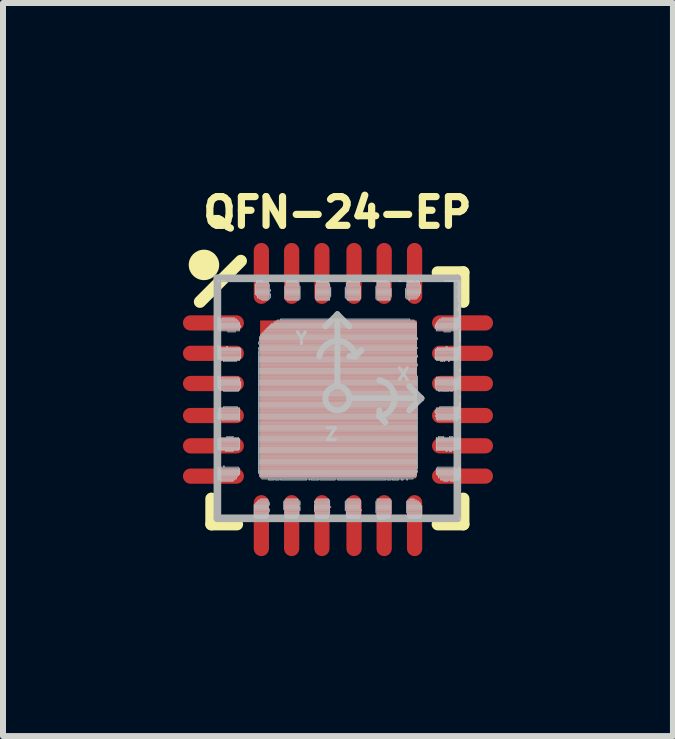
<source format=kicad_pcb>
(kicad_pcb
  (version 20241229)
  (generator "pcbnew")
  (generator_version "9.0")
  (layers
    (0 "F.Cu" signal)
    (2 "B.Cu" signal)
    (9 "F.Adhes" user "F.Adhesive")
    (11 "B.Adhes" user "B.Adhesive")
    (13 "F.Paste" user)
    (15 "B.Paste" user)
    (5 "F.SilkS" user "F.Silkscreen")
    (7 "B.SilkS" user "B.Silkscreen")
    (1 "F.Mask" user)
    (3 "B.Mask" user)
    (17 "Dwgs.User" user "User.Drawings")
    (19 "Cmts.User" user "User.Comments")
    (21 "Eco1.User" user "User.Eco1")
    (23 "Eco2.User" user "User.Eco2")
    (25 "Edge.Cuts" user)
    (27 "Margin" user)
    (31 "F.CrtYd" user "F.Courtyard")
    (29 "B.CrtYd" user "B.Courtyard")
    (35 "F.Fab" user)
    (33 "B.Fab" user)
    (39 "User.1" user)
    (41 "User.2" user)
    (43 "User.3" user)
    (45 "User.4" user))
  (footprint "QFN-24-EP"
    (layer "F.Cu")
    (at 2.574 3.59)
    (property "Reference" "QFN-24-EP" (at 0 -3.099 0) (layer "F.SilkS") (effects (font (size 0.48 0.48) (thickness 0.15))))
    (attr smd)
    (fp_line (start -2.291 -1.609) (end -1.609 -2.291) (stroke (width 0.203) (type solid)) (layer "F.SilkS"))
    (fp_line (start -2.1 2.1) (end -2.1 1.673) (stroke (width 0.203) (type solid)) (layer "F.SilkS"))
    (fp_line (start -1.673 2.1) (end -2.1 2.1) (stroke (width 0.203) (type solid)) (layer "F.SilkS"))
    (fp_line (start 1.673 -2.1) (end 2.1 -2.1) (stroke (width 0.203) (type solid)) (layer "F.SilkS"))
    (fp_line (start 1.673 2.1) (end 2.1 2.1) (stroke (width 0.203) (type solid)) (layer "F.SilkS"))
    (fp_line (start 2.1 -2.1) (end 2.1 -1.609) (stroke (width 0.203) (type solid)) (layer "F.SilkS"))
    (fp_line (start 2.1 2.1) (end 2.1 1.673) (stroke (width 0.203) (type solid)) (layer "F.SilkS"))
    (fp_circle (center -2.224 -2.224) (end -1.97 -2.224) (stroke (width 0) (type solid)) (fill yes) (layer "F.SilkS"))
    (fp_poly (pts (xy -0.838 -0.813) (xy -0.356 -0.813) (xy -0.356 -0.33) (xy -0.838 -0.33)) (stroke (width 0.01) (type solid)) (fill yes) (layer "F.Paste"))
    (fp_poly (pts (xy -0.826 0.394) (xy -0.343 0.394) (xy -0.343 0.876) (xy -0.826 0.876)) (stroke (width 0.01) (type solid)) (fill yes) (layer "F.Paste"))
    (fp_poly (pts (xy 0.394 0.394) (xy 0.876 0.394) (xy 0.876 0.876) (xy 0.394 0.876)) (stroke (width 0.01) (type solid)) (fill yes) (layer "F.Paste"))
    (fp_poly (pts (xy 0.432 -0.813) (xy 0.914 -0.813) (xy 0.914 -0.33) (xy 0.432 -0.33)) (stroke (width 0.01) (type solid)) (fill yes) (layer "F.Paste"))
    (fp_poly (pts (xy -1.992 -1.964) (xy -1.974 -1.964) (xy -1.974 -1.946) (xy -1.992 -1.946)) (stroke (width 0.01) (type solid)) (fill no) (layer "Dwgs.User"))
    (fp_poly (pts (xy -1.992 -1.361) (xy -1.974 -1.361) (xy -1.974 -1.342) (xy -1.992 -1.342)) (stroke (width 0.01) (type solid)) (fill no) (layer "Dwgs.User"))
    (fp_poly (pts (xy -1.992 -1.342) (xy -1.956 -1.342) (xy -1.956 -1.324) (xy -1.992 -1.324)) (stroke (width 0.01) (type solid)) (fill no) (layer "Dwgs.User"))
    (fp_poly (pts (xy -1.992 -1.324) (xy -1.682 -1.324) (xy -1.682 -1.306) (xy -1.992 -1.306)) (stroke (width 0.01) (type solid)) (fill no) (layer "Dwgs.User"))
    (fp_poly (pts (xy -1.992 -1.306) (xy -1.663 -1.306) (xy -1.663 -1.288) (xy -1.992 -1.288)) (stroke (width 0.01) (type solid)) (fill no) (layer "Dwgs.User"))
    (fp_poly (pts (xy -1.992 -1.288) (xy -1.645 -1.288) (xy -1.645 -1.269) (xy -1.992 -1.269)) (stroke (width 0.01) (type solid)) (fill no) (layer "Dwgs.User"))
    (fp_poly (pts (xy -1.992 -1.269) (xy -1.627 -1.269) (xy -1.627 -1.251) (xy -1.992 -1.251)) (stroke (width 0.01) (type solid)) (fill no) (layer "Dwgs.User"))
    (fp_poly (pts (xy -1.992 -1.251) (xy -1.627 -1.251) (xy -1.627 -1.233) (xy -1.992 -1.233)) (stroke (width 0.01) (type solid)) (fill no) (layer "Dwgs.User"))
    (fp_poly (pts (xy -1.992 -1.233) (xy -1.627 -1.233) (xy -1.627 -1.214) (xy -1.992 -1.214)) (stroke (width 0.01) (type solid)) (fill no) (layer "Dwgs.User"))
    (fp_poly (pts (xy -1.992 -1.214) (xy -1.609 -1.214) (xy -1.609 -1.196) (xy -1.992 -1.196)) (stroke (width 0.01) (type solid)) (fill no) (layer "Dwgs.User"))
    (fp_poly (pts (xy -1.992 -1.196) (xy -1.609 -1.196) (xy -1.609 -1.178) (xy -1.992 -1.178)) (stroke (width 0.01) (type solid)) (fill no) (layer "Dwgs.User"))
    (fp_poly (pts (xy -1.992 -1.178) (xy -1.627 -1.178) (xy -1.627 -1.16) (xy -1.992 -1.16)) (stroke (width 0.01) (type solid)) (fill no) (layer "Dwgs.User"))
    (fp_poly (pts (xy -1.992 -1.16) (xy -1.627 -1.16) (xy -1.627 -1.141) (xy -1.992 -1.141)) (stroke (width 0.01) (type solid)) (fill no) (layer "Dwgs.User"))
    (fp_poly (pts (xy -1.992 -0.885) (xy -1.974 -0.885) (xy -1.974 -0.867) (xy -1.992 -0.867)) (stroke (width 0.01) (type solid)) (fill no) (layer "Dwgs.User"))
    (fp_poly (pts (xy -1.992 -0.867) (xy -1.956 -0.867) (xy -1.956 -0.849) (xy -1.992 -0.849)) (stroke (width 0.01) (type solid)) (fill no) (layer "Dwgs.User"))
    (fp_poly (pts (xy -1.992 -0.849) (xy -1.627 -0.849) (xy -1.627 -0.83) (xy -1.992 -0.83)) (stroke (width 0.01) (type solid)) (fill no) (layer "Dwgs.User"))
    (fp_poly (pts (xy -1.992 -0.83) (xy -1.609 -0.83) (xy -1.609 -0.812) (xy -1.992 -0.812)) (stroke (width 0.01) (type solid)) (fill no) (layer "Dwgs.User"))
    (fp_poly (pts (xy -1.992 -0.812) (xy -1.609 -0.812) (xy -1.609 -0.794) (xy -1.992 -0.794)) (stroke (width 0.01) (type solid)) (fill no) (layer "Dwgs.User"))
    (fp_poly (pts (xy -1.992 -0.794) (xy -1.609 -0.794) (xy -1.609 -0.775) (xy -1.992 -0.775)) (stroke (width 0.01) (type solid)) (fill no) (layer "Dwgs.User"))
    (fp_poly (pts (xy -1.992 -0.775) (xy -1.609 -0.775) (xy -1.609 -0.757) (xy -1.992 -0.757)) (stroke (width 0.01) (type solid)) (fill no) (layer "Dwgs.User"))
    (fp_poly (pts (xy -1.992 -0.757) (xy -1.609 -0.757) (xy -1.609 -0.739) (xy -1.992 -0.739)) (stroke (width 0.01) (type solid)) (fill no) (layer "Dwgs.User"))
    (fp_poly (pts (xy -1.992 -0.739) (xy -1.609 -0.739) (xy -1.609 -0.721) (xy -1.992 -0.721)) (stroke (width 0.01) (type solid)) (fill no) (layer "Dwgs.User"))
    (fp_poly (pts (xy -1.992 -0.721) (xy -1.609 -0.721) (xy -1.609 -0.702) (xy -1.992 -0.702)) (stroke (width 0.01) (type solid)) (fill no) (layer "Dwgs.User"))
    (fp_poly (pts (xy -1.992 -0.702) (xy -1.609 -0.702) (xy -1.609 -0.684) (xy -1.992 -0.684)) (stroke (width 0.01) (type solid)) (fill no) (layer "Dwgs.User"))
    (fp_poly (pts (xy -1.992 -0.684) (xy -1.609 -0.684) (xy -1.609 -0.666) (xy -1.992 -0.666)) (stroke (width 0.01) (type solid)) (fill no) (layer "Dwgs.User"))
    (fp_poly (pts (xy -1.992 -0.666) (xy -1.627 -0.666) (xy -1.627 -0.647) (xy -1.992 -0.647)) (stroke (width 0.01) (type solid)) (fill no) (layer "Dwgs.User"))
    (fp_poly (pts (xy -1.992 -0.373) (xy -1.974 -0.373) (xy -1.974 -0.355) (xy -1.992 -0.355)) (stroke (width 0.01) (type solid)) (fill no) (layer "Dwgs.User"))
    (fp_poly (pts (xy -1.992 -0.355) (xy -1.938 -0.355) (xy -1.938 -0.337) (xy -1.992 -0.337)) (stroke (width 0.01) (type solid)) (fill no) (layer "Dwgs.User"))
    (fp_poly (pts (xy -1.992 -0.337) (xy -1.627 -0.337) (xy -1.627 -0.318) (xy -1.992 -0.318)) (stroke (width 0.01) (type solid)) (fill no) (layer "Dwgs.User"))
    (fp_poly (pts (xy -1.992 -0.318) (xy -1.627 -0.318) (xy -1.627 -0.3) (xy -1.992 -0.3)) (stroke (width 0.01) (type solid)) (fill no) (layer "Dwgs.User"))
    (fp_poly (pts (xy -1.992 -0.3) (xy -1.627 -0.3) (xy -1.627 -0.282) (xy -1.992 -0.282)) (stroke (width 0.01) (type solid)) (fill no) (layer "Dwgs.User"))
    (fp_poly (pts (xy -1.992 -0.282) (xy -1.609 -0.282) (xy -1.609 -0.264) (xy -1.992 -0.264)) (stroke (width 0.01) (type solid)) (fill no) (layer "Dwgs.User"))
    (fp_poly (pts (xy -1.992 -0.264) (xy -1.609 -0.264) (xy -1.609 -0.245) (xy -1.992 -0.245)) (stroke (width 0.01) (type solid)) (fill no) (layer "Dwgs.User"))
    (fp_poly (pts (xy -1.992 -0.245) (xy -1.609 -0.245) (xy -1.609 -0.227) (xy -1.992 -0.227)) (stroke (width 0.01) (type solid)) (fill no) (layer "Dwgs.User"))
    (fp_poly (pts (xy -1.992 -0.227) (xy -1.609 -0.227) (xy -1.609 -0.209) (xy -1.992 -0.209)) (stroke (width 0.01) (type solid)) (fill no) (layer "Dwgs.User"))
    (fp_poly (pts (xy -1.992 -0.209) (xy -1.609 -0.209) (xy -1.609 -0.19) (xy -1.992 -0.19)) (stroke (width 0.01) (type solid)) (fill no) (layer "Dwgs.User"))
    (fp_poly (pts (xy -1.992 -0.19) (xy -1.609 -0.19) (xy -1.609 -0.172) (xy -1.992 -0.172)) (stroke (width 0.01) (type solid)) (fill no) (layer "Dwgs.User"))
    (fp_poly (pts (xy -1.992 -0.172) (xy -1.627 -0.172) (xy -1.627 -0.154) (xy -1.992 -0.154)) (stroke (width 0.01) (type solid)) (fill no) (layer "Dwgs.User"))
    (fp_poly (pts (xy -1.992 0.175) (xy -1.627 0.175) (xy -1.627 0.194) (xy -1.992 0.194)) (stroke (width 0.01) (type solid)) (fill no) (layer "Dwgs.User"))
    (fp_poly (pts (xy -1.992 0.23) (xy -1.627 0.23) (xy -1.627 0.249) (xy -1.992 0.249)) (stroke (width 0.01) (type solid)) (fill no) (layer "Dwgs.User"))
    (fp_poly (pts (xy -1.992 0.249) (xy -1.627 0.249) (xy -1.627 0.267) (xy -1.992 0.267)) (stroke (width 0.01) (type solid)) (fill no) (layer "Dwgs.User"))
    (fp_poly (pts (xy -1.992 0.267) (xy -1.627 0.267) (xy -1.627 0.285) (xy -1.992 0.285)) (stroke (width 0.01) (type solid)) (fill no) (layer "Dwgs.User"))
    (fp_poly (pts (xy -1.992 0.285) (xy -1.627 0.285) (xy -1.627 0.303) (xy -1.992 0.303)) (stroke (width 0.01) (type solid)) (fill no) (layer "Dwgs.User"))
    (fp_poly (pts (xy -1.992 0.303) (xy -1.627 0.303) (xy -1.627 0.322) (xy -1.992 0.322)) (stroke (width 0.01) (type solid)) (fill no) (layer "Dwgs.User"))
    (fp_poly (pts (xy -1.992 0.322) (xy -1.627 0.322) (xy -1.627 0.34) (xy -1.992 0.34)) (stroke (width 0.01) (type solid)) (fill no) (layer "Dwgs.User"))
    (fp_poly (pts (xy -1.992 0.669) (xy -1.627 0.669) (xy -1.627 0.688) (xy -1.992 0.688)) (stroke (width 0.01) (type solid)) (fill no) (layer "Dwgs.User"))
    (fp_poly (pts (xy -1.992 0.688) (xy -1.627 0.688) (xy -1.627 0.706) (xy -1.992 0.706)) (stroke (width 0.01) (type solid)) (fill no) (layer "Dwgs.User"))
    (fp_poly (pts (xy -1.992 0.706) (xy -1.627 0.706) (xy -1.627 0.724) (xy -1.992 0.724)) (stroke (width 0.01) (type solid)) (fill no) (layer "Dwgs.User"))
    (fp_poly (pts (xy -1.992 0.724) (xy -1.627 0.724) (xy -1.627 0.742) (xy -1.992 0.742)) (stroke (width 0.01) (type solid)) (fill no) (layer "Dwgs.User"))
    (fp_poly (pts (xy -1.992 0.742) (xy -1.627 0.742) (xy -1.627 0.761) (xy -1.992 0.761)) (stroke (width 0.01) (type solid)) (fill no) (layer "Dwgs.User"))
    (fp_poly (pts (xy -1.992 0.761) (xy -1.627 0.761) (xy -1.627 0.779) (xy -1.992 0.779)) (stroke (width 0.01) (type solid)) (fill no) (layer "Dwgs.User"))
    (fp_poly (pts (xy -1.992 0.779) (xy -1.627 0.779) (xy -1.627 0.797) (xy -1.992 0.797)) (stroke (width 0.01) (type solid)) (fill no) (layer "Dwgs.User"))
    (fp_poly (pts (xy -1.992 0.797) (xy -1.627 0.797) (xy -1.627 0.816) (xy -1.992 0.816)) (stroke (width 0.01) (type solid)) (fill no) (layer "Dwgs.User"))
    (fp_poly (pts (xy -1.992 0.816) (xy -1.627 0.816) (xy -1.627 0.834) (xy -1.992 0.834)) (stroke (width 0.01) (type solid)) (fill no) (layer "Dwgs.User"))
    (fp_poly (pts (xy -1.992 0.834) (xy -1.627 0.834) (xy -1.627 0.852) (xy -1.992 0.852)) (stroke (width 0.01) (type solid)) (fill no) (layer "Dwgs.User"))
    (fp_poly (pts (xy -1.992 1.145) (xy -1.974 1.145) (xy -1.974 1.163) (xy -1.992 1.163)) (stroke (width 0.01) (type solid)) (fill no) (layer "Dwgs.User"))
    (fp_poly (pts (xy -1.992 1.163) (xy -1.627 1.163) (xy -1.627 1.181) (xy -1.992 1.181)) (stroke (width 0.01) (type solid)) (fill no) (layer "Dwgs.User"))
    (fp_poly (pts (xy -1.992 1.181) (xy -1.627 1.181) (xy -1.627 1.2) (xy -1.992 1.2)) (stroke (width 0.01) (type solid)) (fill no) (layer "Dwgs.User"))
    (fp_poly (pts (xy -1.992 1.2) (xy -1.627 1.2) (xy -1.627 1.218) (xy -1.992 1.218)) (stroke (width 0.01) (type solid)) (fill no) (layer "Dwgs.User"))
    (fp_poly (pts (xy -1.992 1.218) (xy -1.627 1.218) (xy -1.627 1.236) (xy -1.992 1.236)) (stroke (width 0.01) (type solid)) (fill no) (layer "Dwgs.User"))
    (fp_poly (pts (xy -1.992 1.236) (xy -1.627 1.236) (xy -1.627 1.254) (xy -1.992 1.254)) (stroke (width 0.01) (type solid)) (fill no) (layer "Dwgs.User"))
    (fp_poly (pts (xy -1.992 1.254) (xy -1.627 1.254) (xy -1.627 1.273) (xy -1.992 1.273)) (stroke (width 0.01) (type solid)) (fill no) (layer "Dwgs.User"))
    (fp_poly (pts (xy -1.992 1.273) (xy -1.645 1.273) (xy -1.645 1.291) (xy -1.992 1.291)) (stroke (width 0.01) (type solid)) (fill no) (layer "Dwgs.User"))
    (fp_poly (pts (xy -1.992 1.291) (xy -1.663 1.291) (xy -1.663 1.309) (xy -1.992 1.309)) (stroke (width 0.01) (type solid)) (fill no) (layer "Dwgs.User"))
    (fp_poly (pts (xy -1.992 1.309) (xy -1.682 1.309) (xy -1.682 1.328) (xy -1.992 1.328)) (stroke (width 0.01) (type solid)) (fill no) (layer "Dwgs.User"))
    (fp_poly (pts (xy -1.992 1.328) (xy -1.682 1.328) (xy -1.682 1.346) (xy -1.992 1.346)) (stroke (width 0.01) (type solid)) (fill no) (layer "Dwgs.User"))
    (fp_poly (pts (xy -1.992 1.346) (xy -1.718 1.346) (xy -1.718 1.364) (xy -1.992 1.364)) (stroke (width 0.01) (type solid)) (fill no) (layer "Dwgs.User"))
    (fp_poly (pts (xy -1.974 -1.141) (xy -1.627 -1.141) (xy -1.627 -1.123) (xy -1.974 -1.123)) (stroke (width 0.01) (type solid)) (fill no) (layer "Dwgs.User"))
    (fp_poly (pts (xy -1.974 -0.154) (xy -1.627 -0.154) (xy -1.627 -0.135) (xy -1.974 -0.135)) (stroke (width 0.01) (type solid)) (fill no) (layer "Dwgs.User"))
    (fp_poly (pts (xy -1.974 0.157) (xy -1.627 0.157) (xy -1.627 0.175) (xy -1.974 0.175)) (stroke (width 0.01) (type solid)) (fill no) (layer "Dwgs.User"))
    (fp_poly (pts (xy -1.974 0.194) (xy -1.627 0.194) (xy -1.627 0.212) (xy -1.974 0.212)) (stroke (width 0.01) (type solid)) (fill no) (layer "Dwgs.User"))
    (fp_poly (pts (xy -1.974 0.212) (xy -1.627 0.212) (xy -1.627 0.23) (xy -1.974 0.23)) (stroke (width 0.01) (type solid)) (fill no) (layer "Dwgs.User"))
    (fp_poly (pts (xy -1.974 0.34) (xy -1.627 0.34) (xy -1.627 0.358) (xy -1.974 0.358)) (stroke (width 0.01) (type solid)) (fill no) (layer "Dwgs.User"))
    (fp_poly (pts (xy -1.956 0.651) (xy -1.645 0.651) (xy -1.645 0.669) (xy -1.956 0.669)) (stroke (width 0.01) (type solid)) (fill no) (layer "Dwgs.User"))
    (fp_poly (pts (xy -1.938 -1.964) (xy -1.865 -1.964) (xy -1.865 -1.946) (xy -1.938 -1.946)) (stroke (width 0.01) (type solid)) (fill no) (layer "Dwgs.User"))
    (fp_poly (pts (xy -1.938 -0.647) (xy -1.627 -0.647) (xy -1.627 -0.629) (xy -1.938 -0.629)) (stroke (width 0.01) (type solid)) (fill no) (layer "Dwgs.User"))
    (fp_poly (pts (xy -1.938 0.852) (xy -1.645 0.852) (xy -1.645 0.87) (xy -1.938 0.87)) (stroke (width 0.01) (type solid)) (fill no) (layer "Dwgs.User"))
    (fp_poly (pts (xy -1.938 1.145) (xy -1.645 1.145) (xy -1.645 1.163) (xy -1.938 1.163)) (stroke (width 0.01) (type solid)) (fill no) (layer "Dwgs.User"))
    (fp_poly (pts (xy -1.938 1.364) (xy -1.736 1.364) (xy -1.736 1.383) (xy -1.938 1.383)) (stroke (width 0.01) (type solid)) (fill no) (layer "Dwgs.User"))
    (fp_poly (pts (xy -1.919 -1.342) (xy -1.718 -1.342) (xy -1.718 -1.324) (xy -1.919 -1.324)) (stroke (width 0.01) (type solid)) (fill no) (layer "Dwgs.User"))
    (fp_poly (pts (xy -1.919 -0.355) (xy -1.645 -0.355) (xy -1.645 -0.337) (xy -1.919 -0.337)) (stroke (width 0.01) (type solid)) (fill no) (layer "Dwgs.User"))
    (fp_poly (pts (xy -1.919 0.358) (xy -1.627 0.358) (xy -1.627 0.377) (xy -1.919 0.377)) (stroke (width 0.01) (type solid)) (fill no) (layer "Dwgs.User"))
    (fp_poly (pts (xy -1.901 -0.629) (xy -1.682 -0.629) (xy -1.682 -0.611) (xy -1.901 -0.611)) (stroke (width 0.01) (type solid)) (fill no) (layer "Dwgs.User"))
    (fp_poly (pts (xy -1.901 -0.135) (xy -1.645 -0.135) (xy -1.645 -0.117) (xy -1.901 -0.117)) (stroke (width 0.01) (type solid)) (fill no) (layer "Dwgs.User"))
    (fp_poly (pts (xy -1.901 0.139) (xy -1.663 0.139) (xy -1.663 0.157) (xy -1.901 0.157)) (stroke (width 0.01) (type solid)) (fill no) (layer "Dwgs.User"))
    (fp_poly (pts (xy -1.901 1.126) (xy -1.883 1.126) (xy -1.883 1.145) (xy -1.901 1.145)) (stroke (width 0.01) (type solid)) (fill no) (layer "Dwgs.User"))
    (fp_poly (pts (xy -1.865 0.87) (xy -1.736 0.87) (xy -1.736 0.889) (xy -1.865 0.889)) (stroke (width 0.01) (type solid)) (fill no) (layer "Dwgs.User"))
    (fp_poly (pts (xy -1.846 -0.867) (xy -1.828 -0.867) (xy -1.828 -0.849) (xy -1.846 -0.849)) (stroke (width 0.01) (type solid)) (fill no) (layer "Dwgs.User"))
    (fp_poly (pts (xy -1.846 0.633) (xy -1.736 0.633) (xy -1.736 0.651) (xy -1.846 0.651)) (stroke (width 0.01) (type solid)) (fill no) (layer "Dwgs.User"))
    (fp_poly (pts (xy -1.828 -1.123) (xy -1.7 -1.123) (xy -1.7 -1.105) (xy -1.828 -1.105)) (stroke (width 0.01) (type solid)) (fill no) (layer "Dwgs.User"))
    (fp_poly (pts (xy -1.389 1.766) (xy -1.133 1.766) (xy -1.133 1.785) (xy -1.389 1.785)) (stroke (width 0.01) (type solid)) (fill no) (layer "Dwgs.User"))
    (fp_poly (pts (xy -1.389 1.785) (xy -1.151 1.785) (xy -1.151 1.803) (xy -1.389 1.803)) (stroke (width 0.01) (type solid)) (fill no) (layer "Dwgs.User"))
    (fp_poly (pts (xy -1.389 1.803) (xy -1.151 1.803) (xy -1.151 1.821) (xy -1.389 1.821)) (stroke (width 0.01) (type solid)) (fill no) (layer "Dwgs.User"))
    (fp_poly (pts (xy -1.389 1.821) (xy -1.151 1.821) (xy -1.151 1.84) (xy -1.389 1.84)) (stroke (width 0.01) (type solid)) (fill no) (layer "Dwgs.User"))
    (fp_poly (pts (xy -1.389 1.84) (xy -1.133 1.84) (xy -1.133 1.858) (xy -1.389 1.858)) (stroke (width 0.01) (type solid)) (fill no) (layer "Dwgs.User"))
    (fp_poly (pts (xy -1.389 1.858) (xy -1.133 1.858) (xy -1.133 1.876) (xy -1.389 1.876)) (stroke (width 0.01) (type solid)) (fill no) (layer "Dwgs.User"))
    (fp_poly (pts (xy -1.389 1.876) (xy -1.133 1.876) (xy -1.133 1.895) (xy -1.389 1.895)) (stroke (width 0.01) (type solid)) (fill no) (layer "Dwgs.User"))
    (fp_poly (pts (xy -1.389 1.895) (xy -1.151 1.895) (xy -1.151 1.913) (xy -1.389 1.913)) (stroke (width 0.01) (type solid)) (fill no) (layer "Dwgs.User"))
    (fp_poly (pts (xy -1.389 1.913) (xy -1.151 1.913) (xy -1.151 1.931) (xy -1.389 1.931)) (stroke (width 0.01) (type solid)) (fill no) (layer "Dwgs.User"))
    (fp_poly (pts (xy -1.389 1.931) (xy -1.151 1.931) (xy -1.151 1.949) (xy -1.389 1.949)) (stroke (width 0.01) (type solid)) (fill no) (layer "Dwgs.User"))
    (fp_poly (pts (xy -1.389 1.949) (xy -1.151 1.949) (xy -1.151 1.968) (xy -1.389 1.968)) (stroke (width 0.01) (type solid)) (fill no) (layer "Dwgs.User"))
    (fp_poly (pts (xy -1.389 1.968) (xy -1.151 1.968) (xy -1.151 1.986) (xy -1.389 1.986)) (stroke (width 0.01) (type solid)) (fill no) (layer "Dwgs.User"))
    (fp_poly (pts (xy -1.371 -1.909) (xy -1.133 -1.909) (xy -1.133 -1.891) (xy -1.371 -1.891)) (stroke (width 0.01) (type solid)) (fill no) (layer "Dwgs.User"))
    (fp_poly (pts (xy -1.371 -1.891) (xy -1.133 -1.891) (xy -1.133 -1.873) (xy -1.371 -1.873)) (stroke (width 0.01) (type solid)) (fill no) (layer "Dwgs.User"))
    (fp_poly (pts (xy -1.371 -1.873) (xy -1.133 -1.873) (xy -1.133 -1.855) (xy -1.371 -1.855)) (stroke (width 0.01) (type solid)) (fill no) (layer "Dwgs.User"))
    (fp_poly (pts (xy -1.371 -1.855) (xy -1.133 -1.855) (xy -1.133 -1.836) (xy -1.371 -1.836)) (stroke (width 0.01) (type solid)) (fill no) (layer "Dwgs.User"))
    (fp_poly (pts (xy -1.371 -1.836) (xy -1.133 -1.836) (xy -1.133 -1.818) (xy -1.371 -1.818)) (stroke (width 0.01) (type solid)) (fill no) (layer "Dwgs.User"))
    (fp_poly (pts (xy -1.371 -1.818) (xy -1.115 -1.818) (xy -1.115 -1.8) (xy -1.371 -1.8)) (stroke (width 0.01) (type solid)) (fill no) (layer "Dwgs.User"))
    (fp_poly (pts (xy -1.371 -1.8) (xy -1.115 -1.8) (xy -1.115 -1.781) (xy -1.371 -1.781)) (stroke (width 0.01) (type solid)) (fill no) (layer "Dwgs.User"))
    (fp_poly (pts (xy -1.371 -1.781) (xy -1.133 -1.781) (xy -1.133 -1.763) (xy -1.371 -1.763)) (stroke (width 0.01) (type solid)) (fill no) (layer "Dwgs.User"))
    (fp_poly (pts (xy -1.371 -1.763) (xy -1.133 -1.763) (xy -1.133 -1.745) (xy -1.371 -1.745)) (stroke (width 0.01) (type solid)) (fill no) (layer "Dwgs.User"))
    (fp_poly (pts (xy -1.371 -1.745) (xy -1.115 -1.745) (xy -1.115 -1.726) (xy -1.371 -1.726)) (stroke (width 0.01) (type solid)) (fill no) (layer "Dwgs.User"))
    (fp_poly (pts (xy -1.371 1.748) (xy -1.133 1.748) (xy -1.133 1.766) (xy -1.371 1.766)) (stroke (width 0.01) (type solid)) (fill no) (layer "Dwgs.User"))
    (fp_poly (pts (xy -1.371 1.986) (xy -1.17 1.986) (xy -1.17 2.004) (xy -1.371 2.004)) (stroke (width 0.01) (type solid)) (fill no) (layer "Dwgs.User"))
    (fp_poly (pts (xy -1.353 -1.964) (xy -1.243 -1.964) (xy -1.243 -1.946) (xy -1.353 -1.946)) (stroke (width 0.01) (type solid)) (fill no) (layer "Dwgs.User"))
    (fp_poly (pts (xy -1.353 -1.946) (xy -1.151 -1.946) (xy -1.151 -1.928) (xy -1.353 -1.928)) (stroke (width 0.01) (type solid)) (fill no) (layer "Dwgs.User"))
    (fp_poly (pts (xy -1.353 -1.928) (xy -1.151 -1.928) (xy -1.151 -1.909) (xy -1.353 -1.909)) (stroke (width 0.01) (type solid)) (fill no) (layer "Dwgs.User"))
    (fp_poly (pts (xy -1.353 -1.726) (xy -1.115 -1.726) (xy -1.115 -1.708) (xy -1.353 -1.708)) (stroke (width 0.01) (type solid)) (fill no) (layer "Dwgs.User"))
    (fp_poly (pts (xy -1.353 1.73) (xy -1.133 1.73) (xy -1.133 1.748) (xy -1.353 1.748)) (stroke (width 0.01) (type solid)) (fill no) (layer "Dwgs.User"))
    (fp_poly (pts (xy -1.334 -1.708) (xy -1.115 -1.708) (xy -1.115 -1.69) (xy -1.334 -1.69)) (stroke (width 0.01) (type solid)) (fill no) (layer "Dwgs.User"))
    (fp_poly (pts (xy -1.334 -1.69) (xy -1.115 -1.69) (xy -1.115 -1.672) (xy -1.334 -1.672)) (stroke (width 0.01) (type solid)) (fill no) (layer "Dwgs.User"))
    (fp_poly (pts (xy -1.334 1.712) (xy -1.151 1.712) (xy -1.151 1.73) (xy -1.334 1.73)) (stroke (width 0.01) (type solid)) (fill no) (layer "Dwgs.User"))
    (fp_poly (pts (xy -1.316 -0.94) (xy 1.318 -0.94) (xy 1.318 -0.922) (xy -1.316 -0.922)) (stroke (width 0.01) (type solid)) (fill no) (layer "Dwgs.User"))
    (fp_poly (pts (xy -1.316 -0.922) (xy 1.318 -0.922) (xy 1.318 -0.903) (xy -1.316 -0.903)) (stroke (width 0.01) (type solid)) (fill no) (layer "Dwgs.User"))
    (fp_poly (pts (xy -1.316 -0.849) (xy 1.336 -0.849) (xy 1.336 -0.83) (xy -1.316 -0.83)) (stroke (width 0.01) (type solid)) (fill no) (layer "Dwgs.User"))
    (fp_poly (pts (xy -1.316 -0.83) (xy 1.318 -0.83) (xy 1.318 -0.812) (xy -1.316 -0.812)) (stroke (width 0.01) (type solid)) (fill no) (layer "Dwgs.User"))
    (fp_poly (pts (xy -1.316 -0.794) (xy 1.318 -0.794) (xy 1.318 -0.775) (xy -1.316 -0.775)) (stroke (width 0.01) (type solid)) (fill no) (layer "Dwgs.User"))
    (fp_poly (pts (xy -1.316 -0.775) (xy 1.318 -0.775) (xy 1.318 -0.757) (xy -1.316 -0.757)) (stroke (width 0.01) (type solid)) (fill no) (layer "Dwgs.User"))
    (fp_poly (pts (xy -1.316 -0.757) (xy 1.318 -0.757) (xy 1.318 -0.739) (xy -1.316 -0.739)) (stroke (width 0.01) (type solid)) (fill no) (layer "Dwgs.User"))
    (fp_poly (pts (xy -1.316 -0.739) (xy 1.318 -0.739) (xy 1.318 -0.721) (xy -1.316 -0.721)) (stroke (width 0.01) (type solid)) (fill no) (layer "Dwgs.User"))
    (fp_poly (pts (xy -1.316 -0.721) (xy 1.336 -0.721) (xy 1.336 -0.702) (xy -1.316 -0.702)) (stroke (width 0.01) (type solid)) (fill no) (layer "Dwgs.User"))
    (fp_poly (pts (xy -1.316 -0.702) (xy 1.336 -0.702) (xy 1.336 -0.684) (xy -1.316 -0.684)) (stroke (width 0.01) (type solid)) (fill no) (layer "Dwgs.User"))
    (fp_poly (pts (xy -1.316 -0.684) (xy 1.318 -0.684) (xy 1.318 -0.666) (xy -1.316 -0.666)) (stroke (width 0.01) (type solid)) (fill no) (layer "Dwgs.User"))
    (fp_poly (pts (xy -1.316 -0.666) (xy 1.318 -0.666) (xy 1.318 -0.647) (xy -1.316 -0.647)) (stroke (width 0.01) (type solid)) (fill no) (layer "Dwgs.User"))
    (fp_poly (pts (xy -1.316 -0.647) (xy 1.318 -0.647) (xy 1.318 -0.629) (xy -1.316 -0.629)) (stroke (width 0.01) (type solid)) (fill no) (layer "Dwgs.User"))
    (fp_poly (pts (xy -1.316 -0.629) (xy 1.318 -0.629) (xy 1.318 -0.611) (xy -1.316 -0.611)) (stroke (width 0.01) (type solid)) (fill no) (layer "Dwgs.User"))
    (fp_poly (pts (xy -1.316 -0.611) (xy 1.318 -0.611) (xy 1.318 -0.593) (xy -1.316 -0.593)) (stroke (width 0.01) (type solid)) (fill no) (layer "Dwgs.User"))
    (fp_poly (pts (xy -1.316 -0.593) (xy 1.318 -0.593) (xy 1.318 -0.574) (xy -1.316 -0.574)) (stroke (width 0.01) (type solid)) (fill no) (layer "Dwgs.User"))
    (fp_poly (pts (xy -1.316 -0.574) (xy 1.336 -0.574) (xy 1.336 -0.556) (xy -1.316 -0.556)) (stroke (width 0.01) (type solid)) (fill no) (layer "Dwgs.User"))
    (fp_poly (pts (xy -1.316 -0.556) (xy 1.336 -0.556) (xy 1.336 -0.538) (xy -1.316 -0.538)) (stroke (width 0.01) (type solid)) (fill no) (layer "Dwgs.User"))
    (fp_poly (pts (xy -1.316 -0.538) (xy 1.318 -0.538) (xy 1.318 -0.519) (xy -1.316 -0.519)) (stroke (width 0.01) (type solid)) (fill no) (layer "Dwgs.User"))
    (fp_poly (pts (xy -1.316 -0.519) (xy 1.318 -0.519) (xy 1.318 -0.501) (xy -1.316 -0.501)) (stroke (width 0.01) (type solid)) (fill no) (layer "Dwgs.User"))
    (fp_poly (pts (xy -1.316 -0.501) (xy 1.318 -0.501) (xy 1.318 -0.483) (xy -1.316 -0.483)) (stroke (width 0.01) (type solid)) (fill no) (layer "Dwgs.User"))
    (fp_poly (pts (xy -1.316 -0.483) (xy 1.318 -0.483) (xy 1.318 -0.465) (xy -1.316 -0.465)) (stroke (width 0.01) (type solid)) (fill no) (layer "Dwgs.User"))
    (fp_poly (pts (xy -1.316 -0.465) (xy 1.318 -0.465) (xy 1.318 -0.446) (xy -1.316 -0.446)) (stroke (width 0.01) (type solid)) (fill no) (layer "Dwgs.User"))
    (fp_poly (pts (xy -1.316 -0.446) (xy 1.318 -0.446) (xy 1.318 -0.428) (xy -1.316 -0.428)) (stroke (width 0.01) (type solid)) (fill no) (layer "Dwgs.User"))
    (fp_poly (pts (xy -1.316 -0.428) (xy 1.318 -0.428) (xy 1.318 -0.41) (xy -1.316 -0.41)) (stroke (width 0.01) (type solid)) (fill no) (layer "Dwgs.User"))
    (fp_poly (pts (xy -1.316 -0.41) (xy 1.318 -0.41) (xy 1.318 -0.392) (xy -1.316 -0.392)) (stroke (width 0.01) (type solid)) (fill no) (layer "Dwgs.User"))
    (fp_poly (pts (xy -1.316 -0.392) (xy 1.318 -0.392) (xy 1.318 -0.373) (xy -1.316 -0.373)) (stroke (width 0.01) (type solid)) (fill no) (layer "Dwgs.User"))
    (fp_poly (pts (xy -1.316 -0.373) (xy 1.336 -0.373) (xy 1.336 -0.355) (xy -1.316 -0.355)) (stroke (width 0.01) (type solid)) (fill no) (layer "Dwgs.User"))
    (fp_poly (pts (xy -1.316 -0.355) (xy 1.336 -0.355) (xy 1.336 -0.337) (xy -1.316 -0.337)) (stroke (width 0.01) (type solid)) (fill no) (layer "Dwgs.User"))
    (fp_poly (pts (xy -1.316 -0.337) (xy 1.336 -0.337) (xy 1.336 -0.318) (xy -1.316 -0.318)) (stroke (width 0.01) (type solid)) (fill no) (layer "Dwgs.User"))
    (fp_poly (pts (xy -1.316 -0.318) (xy 1.336 -0.318) (xy 1.336 -0.3) (xy -1.316 -0.3)) (stroke (width 0.01) (type solid)) (fill no) (layer "Dwgs.User"))
    (fp_poly (pts (xy -1.316 -0.3) (xy 1.336 -0.3) (xy 1.336 -0.282) (xy -1.316 -0.282)) (stroke (width 0.01) (type solid)) (fill no) (layer "Dwgs.User"))
    (fp_poly (pts (xy -1.316 -0.282) (xy 1.336 -0.282) (xy 1.336 -0.264) (xy -1.316 -0.264)) (stroke (width 0.01) (type solid)) (fill no) (layer "Dwgs.User"))
    (fp_poly (pts (xy -1.316 -0.264) (xy 1.336 -0.264) (xy 1.336 -0.245) (xy -1.316 -0.245)) (stroke (width 0.01) (type solid)) (fill no) (layer "Dwgs.User"))
    (fp_poly (pts (xy -1.316 -0.245) (xy 1.336 -0.245) (xy 1.336 -0.227) (xy -1.316 -0.227)) (stroke (width 0.01) (type solid)) (fill no) (layer "Dwgs.User"))
    (fp_poly (pts (xy -1.316 -0.227) (xy 1.336 -0.227) (xy 1.336 -0.209) (xy -1.316 -0.209)) (stroke (width 0.01) (type solid)) (fill no) (layer "Dwgs.User"))
    (fp_poly (pts (xy -1.316 -0.209) (xy 1.336 -0.209) (xy 1.336 -0.19) (xy -1.316 -0.19)) (stroke (width 0.01) (type solid)) (fill no) (layer "Dwgs.User"))
    (fp_poly (pts (xy -1.316 -0.19) (xy 1.336 -0.19) (xy 1.336 -0.172) (xy -1.316 -0.172)) (stroke (width 0.01) (type solid)) (fill no) (layer "Dwgs.User"))
    (fp_poly (pts (xy -1.316 -0.172) (xy 1.336 -0.172) (xy 1.336 -0.154) (xy -1.316 -0.154)) (stroke (width 0.01) (type solid)) (fill no) (layer "Dwgs.User"))
    (fp_poly (pts (xy -1.316 -0.154) (xy 1.336 -0.154) (xy 1.336 -0.135) (xy -1.316 -0.135)) (stroke (width 0.01) (type solid)) (fill no) (layer "Dwgs.User"))
    (fp_poly (pts (xy -1.316 -0.135) (xy 1.336 -0.135) (xy 1.336 -0.117) (xy -1.316 -0.117)) (stroke (width 0.01) (type solid)) (fill no) (layer "Dwgs.User"))
    (fp_poly (pts (xy -1.316 -0.117) (xy 1.336 -0.117) (xy 1.336 -0.099) (xy -1.316 -0.099)) (stroke (width 0.01) (type solid)) (fill no) (layer "Dwgs.User"))
    (fp_poly (pts (xy -1.316 -0.099) (xy 1.318 -0.099) (xy 1.318 -0.081) (xy -1.316 -0.081)) (stroke (width 0.01) (type solid)) (fill no) (layer "Dwgs.User"))
    (fp_poly (pts (xy -1.316 -0.081) (xy 1.318 -0.081) (xy 1.318 -0.062) (xy -1.316 -0.062)) (stroke (width 0.01) (type solid)) (fill no) (layer "Dwgs.User"))
    (fp_poly (pts (xy -1.316 -0.062) (xy 1.318 -0.062) (xy 1.318 -0.044) (xy -1.316 -0.044)) (stroke (width 0.01) (type solid)) (fill no) (layer "Dwgs.User"))
    (fp_poly (pts (xy -1.316 -0.044) (xy 1.318 -0.044) (xy 1.318 -0.026) (xy -1.316 -0.026)) (stroke (width 0.01) (type solid)) (fill no) (layer "Dwgs.User"))
    (fp_poly (pts (xy -1.316 -0.026) (xy 1.318 -0.026) (xy 1.318 -0.007) (xy -1.316 -0.007)) (stroke (width 0.01) (type solid)) (fill no) (layer "Dwgs.User"))
    (fp_poly (pts (xy -1.316 -0.007) (xy 1.318 -0.007) (xy 1.318 0.011) (xy -1.316 0.011)) (stroke (width 0.01) (type solid)) (fill no) (layer "Dwgs.User"))
    (fp_poly (pts (xy -1.316 0.011) (xy 1.318 0.011) (xy 1.318 0.029) (xy -1.316 0.029)) (stroke (width 0.01) (type solid)) (fill no) (layer "Dwgs.User"))
    (fp_poly (pts (xy -1.316 0.029) (xy 1.318 0.029) (xy 1.318 0.047) (xy -1.316 0.047)) (stroke (width 0.01) (type solid)) (fill no) (layer "Dwgs.User"))
    (fp_poly (pts (xy -1.316 0.047) (xy 1.336 0.047) (xy 1.336 0.066) (xy -1.316 0.066)) (stroke (width 0.01) (type solid)) (fill no) (layer "Dwgs.User"))
    (fp_poly (pts (xy -1.316 0.066) (xy 1.336 0.066) (xy 1.336 0.084) (xy -1.316 0.084)) (stroke (width 0.01) (type solid)) (fill no) (layer "Dwgs.User"))
    (fp_poly (pts (xy -1.316 0.084) (xy 1.336 0.084) (xy 1.336 0.102) (xy -1.316 0.102)) (stroke (width 0.01) (type solid)) (fill no) (layer "Dwgs.User"))
    (fp_poly (pts (xy -1.316 0.102) (xy 1.336 0.102) (xy 1.336 0.121) (xy -1.316 0.121)) (stroke (width 0.01) (type solid)) (fill no) (layer "Dwgs.User"))
    (fp_poly (pts (xy -1.316 0.121) (xy 1.336 0.121) (xy 1.336 0.139) (xy -1.316 0.139)) (stroke (width 0.01) (type solid)) (fill no) (layer "Dwgs.User"))
    (fp_poly (pts (xy -1.316 0.139) (xy 1.336 0.139) (xy 1.336 0.157) (xy -1.316 0.157)) (stroke (width 0.01) (type solid)) (fill no) (layer "Dwgs.User"))
    (fp_poly (pts (xy -1.316 0.157) (xy 1.336 0.157) (xy 1.336 0.175) (xy -1.316 0.175)) (stroke (width 0.01) (type solid)) (fill no) (layer "Dwgs.User"))
    (fp_poly (pts (xy -1.316 0.175) (xy 1.336 0.175) (xy 1.336 0.194) (xy -1.316 0.194)) (stroke (width 0.01) (type solid)) (fill no) (layer "Dwgs.User"))
    (fp_poly (pts (xy -1.316 0.194) (xy 1.336 0.194) (xy 1.336 0.212) (xy -1.316 0.212)) (stroke (width 0.01) (type solid)) (fill no) (layer "Dwgs.User"))
    (fp_poly (pts (xy -1.316 0.212) (xy 1.336 0.212) (xy 1.336 0.23) (xy -1.316 0.23)) (stroke (width 0.01) (type solid)) (fill no) (layer "Dwgs.User"))
    (fp_poly (pts (xy -1.316 0.23) (xy 1.336 0.23) (xy 1.336 0.249) (xy -1.316 0.249)) (stroke (width 0.01) (type solid)) (fill no) (layer "Dwgs.User"))
    (fp_poly (pts (xy -1.316 0.249) (xy 1.336 0.249) (xy 1.336 0.267) (xy -1.316 0.267)) (stroke (width 0.01) (type solid)) (fill no) (layer "Dwgs.User"))
    (fp_poly (pts (xy -1.316 0.267) (xy 1.336 0.267) (xy 1.336 0.285) (xy -1.316 0.285)) (stroke (width 0.01) (type solid)) (fill no) (layer "Dwgs.User"))
    (fp_poly (pts (xy -1.316 0.285) (xy 1.336 0.285) (xy 1.336 0.303) (xy -1.316 0.303)) (stroke (width 0.01) (type solid)) (fill no) (layer "Dwgs.User"))
    (fp_poly (pts (xy -1.316 0.303) (xy 1.336 0.303) (xy 1.336 0.322) (xy -1.316 0.322)) (stroke (width 0.01) (type solid)) (fill no) (layer "Dwgs.User"))
    (fp_poly (pts (xy -1.316 0.322) (xy 1.336 0.322) (xy 1.336 0.34) (xy -1.316 0.34)) (stroke (width 0.01) (type solid)) (fill no) (layer "Dwgs.User"))
    (fp_poly (pts (xy -1.316 0.34) (xy 1.336 0.34) (xy 1.336 0.358) (xy -1.316 0.358)) (stroke (width 0.01) (type solid)) (fill no) (layer "Dwgs.User"))
    (fp_poly (pts (xy -1.316 0.358) (xy 1.336 0.358) (xy 1.336 0.377) (xy -1.316 0.377)) (stroke (width 0.01) (type solid)) (fill no) (layer "Dwgs.User"))
    (fp_poly (pts (xy -1.316 0.377) (xy 1.336 0.377) (xy 1.336 0.395) (xy -1.316 0.395)) (stroke (width 0.01) (type solid)) (fill no) (layer "Dwgs.User"))
    (fp_poly (pts (xy -1.316 0.395) (xy 1.336 0.395) (xy 1.336 0.413) (xy -1.316 0.413)) (stroke (width 0.01) (type solid)) (fill no) (layer "Dwgs.User"))
    (fp_poly (pts (xy -1.316 0.413) (xy 1.336 0.413) (xy 1.336 0.431) (xy -1.316 0.431)) (stroke (width 0.01) (type solid)) (fill no) (layer "Dwgs.User"))
    (fp_poly (pts (xy -1.316 0.431) (xy 1.336 0.431) (xy 1.336 0.45) (xy -1.316 0.45)) (stroke (width 0.01) (type solid)) (fill no) (layer "Dwgs.User"))
    (fp_poly (pts (xy -1.316 0.45) (xy 1.336 0.45) (xy 1.336 0.468) (xy -1.316 0.468)) (stroke (width 0.01) (type solid)) (fill no) (layer "Dwgs.User"))
    (fp_poly (pts (xy -1.316 0.468) (xy 1.336 0.468) (xy 1.336 0.486) (xy -1.316 0.486)) (stroke (width 0.01) (type solid)) (fill no) (layer "Dwgs.User"))
    (fp_poly (pts (xy -1.316 0.486) (xy 1.336 0.486) (xy 1.336 0.505) (xy -1.316 0.505)) (stroke (width 0.01) (type solid)) (fill no) (layer "Dwgs.User"))
    (fp_poly (pts (xy -1.316 0.505) (xy 1.336 0.505) (xy 1.336 0.523) (xy -1.316 0.523)) (stroke (width 0.01) (type solid)) (fill no) (layer "Dwgs.User"))
    (fp_poly (pts (xy -1.316 0.523) (xy 1.336 0.523) (xy 1.336 0.541) (xy -1.316 0.541)) (stroke (width 0.01) (type solid)) (fill no) (layer "Dwgs.User"))
    (fp_poly (pts (xy -1.316 0.541) (xy 1.336 0.541) (xy 1.336 0.559) (xy -1.316 0.559)) (stroke (width 0.01) (type solid)) (fill no) (layer "Dwgs.User"))
    (fp_poly (pts (xy -1.316 0.559) (xy 1.336 0.559) (xy 1.336 0.578) (xy -1.316 0.578)) (stroke (width 0.01) (type solid)) (fill no) (layer "Dwgs.User"))
    (fp_poly (pts (xy -1.316 0.578) (xy 1.336 0.578) (xy 1.336 0.596) (xy -1.316 0.596)) (stroke (width 0.01) (type solid)) (fill no) (layer "Dwgs.User"))
    (fp_poly (pts (xy -1.316 0.596) (xy 1.336 0.596) (xy 1.336 0.614) (xy -1.316 0.614)) (stroke (width 0.01) (type solid)) (fill no) (layer "Dwgs.User"))
    (fp_poly (pts (xy -1.316 0.614) (xy 1.336 0.614) (xy 1.336 0.633) (xy -1.316 0.633)) (stroke (width 0.01) (type solid)) (fill no) (layer "Dwgs.User"))
    (fp_poly (pts (xy -1.316 0.633) (xy 1.336 0.633) (xy 1.336 0.651) (xy -1.316 0.651)) (stroke (width 0.01) (type solid)) (fill no) (layer "Dwgs.User"))
    (fp_poly (pts (xy -1.316 0.651) (xy 1.336 0.651) (xy 1.336 0.669) (xy -1.316 0.669)) (stroke (width 0.01) (type solid)) (fill no) (layer "Dwgs.User"))
    (fp_poly (pts (xy -1.316 0.669) (xy 1.336 0.669) (xy 1.336 0.688) (xy -1.316 0.688)) (stroke (width 0.01) (type solid)) (fill no) (layer "Dwgs.User"))
    (fp_poly (pts (xy -1.316 0.688) (xy 1.336 0.688) (xy 1.336 0.706) (xy -1.316 0.706)) (stroke (width 0.01) (type solid)) (fill no) (layer "Dwgs.User"))
    (fp_poly (pts (xy -1.316 0.706) (xy 1.336 0.706) (xy 1.336 0.724) (xy -1.316 0.724)) (stroke (width 0.01) (type solid)) (fill no) (layer "Dwgs.User"))
    (fp_poly (pts (xy -1.316 0.724) (xy 1.336 0.724) (xy 1.336 0.742) (xy -1.316 0.742)) (stroke (width 0.01) (type solid)) (fill no) (layer "Dwgs.User"))
    (fp_poly (pts (xy -1.316 0.742) (xy 1.336 0.742) (xy 1.336 0.761) (xy -1.316 0.761)) (stroke (width 0.01) (type solid)) (fill no) (layer "Dwgs.User"))
    (fp_poly (pts (xy -1.316 0.761) (xy 1.336 0.761) (xy 1.336 0.779) (xy -1.316 0.779)) (stroke (width 0.01) (type solid)) (fill no) (layer "Dwgs.User"))
    (fp_poly (pts (xy -1.316 0.779) (xy 1.336 0.779) (xy 1.336 0.797) (xy -1.316 0.797)) (stroke (width 0.01) (type solid)) (fill no) (layer "Dwgs.User"))
    (fp_poly (pts (xy -1.316 0.797) (xy 1.336 0.797) (xy 1.336 0.816) (xy -1.316 0.816)) (stroke (width 0.01) (type solid)) (fill no) (layer "Dwgs.User"))
    (fp_poly (pts (xy -1.316 0.816) (xy 1.336 0.816) (xy 1.336 0.834) (xy -1.316 0.834)) (stroke (width 0.01) (type solid)) (fill no) (layer "Dwgs.User"))
    (fp_poly (pts (xy -1.316 0.834) (xy 1.336 0.834) (xy 1.336 0.852) (xy -1.316 0.852)) (stroke (width 0.01) (type solid)) (fill no) (layer "Dwgs.User"))
    (fp_poly (pts (xy -1.316 0.852) (xy 1.336 0.852) (xy 1.336 0.87) (xy -1.316 0.87)) (stroke (width 0.01) (type solid)) (fill no) (layer "Dwgs.User"))
    (fp_poly (pts (xy -1.316 0.87) (xy 1.336 0.87) (xy 1.336 0.889) (xy -1.316 0.889)) (stroke (width 0.01) (type solid)) (fill no) (layer "Dwgs.User"))
    (fp_poly (pts (xy -1.316 0.889) (xy 1.336 0.889) (xy 1.336 0.907) (xy -1.316 0.907)) (stroke (width 0.01) (type solid)) (fill no) (layer "Dwgs.User"))
    (fp_poly (pts (xy -1.316 0.907) (xy 1.336 0.907) (xy 1.336 0.925) (xy -1.316 0.925)) (stroke (width 0.01) (type solid)) (fill no) (layer "Dwgs.User"))
    (fp_poly (pts (xy -1.316 0.925) (xy 1.336 0.925) (xy 1.336 0.944) (xy -1.316 0.944)) (stroke (width 0.01) (type solid)) (fill no) (layer "Dwgs.User"))
    (fp_poly (pts (xy -1.316 0.944) (xy 1.336 0.944) (xy 1.336 0.962) (xy -1.316 0.962)) (stroke (width 0.01) (type solid)) (fill no) (layer "Dwgs.User"))
    (fp_poly (pts (xy -1.316 0.962) (xy 1.336 0.962) (xy 1.336 0.98) (xy -1.316 0.98)) (stroke (width 0.01) (type solid)) (fill no) (layer "Dwgs.User"))
    (fp_poly (pts (xy -1.316 0.98) (xy 1.336 0.98) (xy 1.336 0.998) (xy -1.316 0.998)) (stroke (width 0.01) (type solid)) (fill no) (layer "Dwgs.User"))
    (fp_poly (pts (xy -1.316 0.998) (xy 1.336 0.998) (xy 1.336 1.017) (xy -1.316 1.017)) (stroke (width 0.01) (type solid)) (fill no) (layer "Dwgs.User"))
    (fp_poly (pts (xy -1.316 1.017) (xy 1.336 1.017) (xy 1.336 1.035) (xy -1.316 1.035)) (stroke (width 0.01) (type solid)) (fill no) (layer "Dwgs.User"))
    (fp_poly (pts (xy -1.316 1.035) (xy 1.336 1.035) (xy 1.336 1.053) (xy -1.316 1.053)) (stroke (width 0.01) (type solid)) (fill no) (layer "Dwgs.User"))
    (fp_poly (pts (xy -1.316 1.053) (xy 1.336 1.053) (xy 1.336 1.072) (xy -1.316 1.072)) (stroke (width 0.01) (type solid)) (fill no) (layer "Dwgs.User"))
    (fp_poly (pts (xy -1.316 1.072) (xy 1.336 1.072) (xy 1.336 1.09) (xy -1.316 1.09)) (stroke (width 0.01) (type solid)) (fill no) (layer "Dwgs.User"))
    (fp_poly (pts (xy -1.316 1.09) (xy 1.336 1.09) (xy 1.336 1.108) (xy -1.316 1.108)) (stroke (width 0.01) (type solid)) (fill no) (layer "Dwgs.User"))
    (fp_poly (pts (xy -1.316 1.108) (xy 1.336 1.108) (xy 1.336 1.126) (xy -1.316 1.126)) (stroke (width 0.01) (type solid)) (fill no) (layer "Dwgs.User"))
    (fp_poly (pts (xy -1.316 1.126) (xy 1.336 1.126) (xy 1.336 1.145) (xy -1.316 1.145)) (stroke (width 0.01) (type solid)) (fill no) (layer "Dwgs.User"))
    (fp_poly (pts (xy -1.316 1.145) (xy 1.336 1.145) (xy 1.336 1.163) (xy -1.316 1.163)) (stroke (width 0.01) (type solid)) (fill no) (layer "Dwgs.User"))
    (fp_poly (pts (xy -1.316 1.163) (xy 1.336 1.163) (xy 1.336 1.181) (xy -1.316 1.181)) (stroke (width 0.01) (type solid)) (fill no) (layer "Dwgs.User"))
    (fp_poly (pts (xy -1.316 1.181) (xy 1.318 1.181) (xy 1.318 1.2) (xy -1.316 1.2)) (stroke (width 0.01) (type solid)) (fill no) (layer "Dwgs.User"))
    (fp_poly (pts (xy -1.316 1.2) (xy 1.336 1.2) (xy 1.336 1.218) (xy -1.316 1.218)) (stroke (width 0.01) (type solid)) (fill no) (layer "Dwgs.User"))
    (fp_poly (pts (xy -1.316 1.218) (xy 1.336 1.218) (xy 1.336 1.236) (xy -1.316 1.236)) (stroke (width 0.01) (type solid)) (fill no) (layer "Dwgs.User"))
    (fp_poly (pts (xy -1.316 1.236) (xy 1.318 1.236) (xy 1.318 1.254) (xy -1.316 1.254)) (stroke (width 0.01) (type solid)) (fill no) (layer "Dwgs.User"))
    (fp_poly (pts (xy -1.316 1.693) (xy -1.151 1.693) (xy -1.151 1.712) (xy -1.316 1.712)) (stroke (width 0.01) (type solid)) (fill no) (layer "Dwgs.User"))
    (fp_poly (pts (xy -1.298 -1.672) (xy -1.133 -1.672) (xy -1.133 -1.653) (xy -1.298 -1.653)) (stroke (width 0.01) (type solid)) (fill no) (layer "Dwgs.User"))
    (fp_poly (pts (xy -1.298 -1.032) (xy 1.318 -1.032) (xy 1.318 -1.013) (xy -1.298 -1.013)) (stroke (width 0.01) (type solid)) (fill no) (layer "Dwgs.User"))
    (fp_poly (pts (xy -1.298 -1.013) (xy 1.336 -1.013) (xy 1.336 -0.995) (xy -1.298 -0.995)) (stroke (width 0.01) (type solid)) (fill no) (layer "Dwgs.User"))
    (fp_poly (pts (xy -1.298 -0.995) (xy 1.336 -0.995) (xy 1.336 -0.977) (xy -1.298 -0.977)) (stroke (width 0.01) (type solid)) (fill no) (layer "Dwgs.User"))
    (fp_poly (pts (xy -1.298 -0.977) (xy 1.318 -0.977) (xy 1.318 -0.958) (xy -1.298 -0.958)) (stroke (width 0.01) (type solid)) (fill no) (layer "Dwgs.User"))
    (fp_poly (pts (xy -1.298 -0.958) (xy 1.318 -0.958) (xy 1.318 -0.94) (xy -1.298 -0.94)) (stroke (width 0.01) (type solid)) (fill no) (layer "Dwgs.User"))
    (fp_poly (pts (xy -1.298 -0.903) (xy 1.318 -0.903) (xy 1.318 -0.885) (xy -1.298 -0.885)) (stroke (width 0.01) (type solid)) (fill no) (layer "Dwgs.User"))
    (fp_poly (pts (xy -1.298 -0.885) (xy 1.318 -0.885) (xy 1.318 -0.867) (xy -1.298 -0.867)) (stroke (width 0.01) (type solid)) (fill no) (layer "Dwgs.User"))
    (fp_poly (pts (xy -1.298 -0.867) (xy 1.318 -0.867) (xy 1.318 -0.849) (xy -1.298 -0.849)) (stroke (width 0.01) (type solid)) (fill no) (layer "Dwgs.User"))
    (fp_poly (pts (xy -1.298 -0.812) (xy 1.318 -0.812) (xy 1.318 -0.794) (xy -1.298 -0.794)) (stroke (width 0.01) (type solid)) (fill no) (layer "Dwgs.User"))
    (fp_poly (pts (xy -1.298 1.254) (xy 1.318 1.254) (xy 1.318 1.273) (xy -1.298 1.273)) (stroke (width 0.01) (type solid)) (fill no) (layer "Dwgs.User"))
    (fp_poly (pts (xy -1.298 1.273) (xy 1.318 1.273) (xy 1.318 1.291) (xy -1.298 1.291)) (stroke (width 0.01) (type solid)) (fill no) (layer "Dwgs.User"))
    (fp_poly (pts (xy -1.298 1.291) (xy 1.299 1.291) (xy 1.299 1.309) (xy -1.298 1.309)) (stroke (width 0.01) (type solid)) (fill no) (layer "Dwgs.User"))
    (fp_poly (pts (xy -1.279 -1.068) (xy 1.318 -1.068) (xy 1.318 -1.05) (xy -1.279 -1.05)) (stroke (width 0.01) (type solid)) (fill no) (layer "Dwgs.User"))
    (fp_poly (pts (xy -1.279 -1.05) (xy 1.318 -1.05) (xy 1.318 -1.032) (xy -1.279 -1.032)) (stroke (width 0.01) (type solid)) (fill no) (layer "Dwgs.User"))
    (fp_poly (pts (xy -1.279 1.309) (xy 1.299 1.309) (xy 1.299 1.328) (xy -1.279 1.328)) (stroke (width 0.01) (type solid)) (fill no) (layer "Dwgs.User"))
    (fp_poly (pts (xy -1.279 1.675) (xy -1.17 1.675) (xy -1.17 1.693) (xy -1.279 1.693)) (stroke (width 0.01) (type solid)) (fill no) (layer "Dwgs.User"))
    (fp_poly (pts (xy -1.261 -1.653) (xy -1.151 -1.653) (xy -1.151 -1.635) (xy -1.261 -1.635)) (stroke (width 0.01) (type solid)) (fill no) (layer "Dwgs.User"))
    (fp_poly (pts (xy -1.261 -1.086) (xy 1.318 -1.086) (xy 1.318 -1.068) (xy -1.261 -1.068)) (stroke (width 0.01) (type solid)) (fill no) (layer "Dwgs.User"))
    (fp_poly (pts (xy -1.261 1.328) (xy 1.263 1.328) (xy 1.263 1.346) (xy -1.261 1.346)) (stroke (width 0.01) (type solid)) (fill no) (layer "Dwgs.User"))
    (fp_poly (pts (xy -1.243 -1.105) (xy 1.318 -1.105) (xy 1.318 -1.086) (xy -1.243 -1.086)) (stroke (width 0.01) (type solid)) (fill no) (layer "Dwgs.User"))
    (fp_poly (pts (xy -1.224 -1.123) (xy 1.318 -1.123) (xy 1.318 -1.105) (xy -1.224 -1.105)) (stroke (width 0.01) (type solid)) (fill no) (layer "Dwgs.User"))
    (fp_poly (pts (xy -1.206 -1.141) (xy 1.318 -1.141) (xy 1.318 -1.123) (xy -1.206 -1.123)) (stroke (width 0.01) (type solid)) (fill no) (layer "Dwgs.User"))
    (fp_poly (pts (xy -1.188 -1.16) (xy 1.318 -1.16) (xy 1.318 -1.141) (xy -1.188 -1.141)) (stroke (width 0.01) (type solid)) (fill no) (layer "Dwgs.User"))
    (fp_poly (pts (xy -1.17 -1.178) (xy 1.318 -1.178) (xy 1.318 -1.16) (xy -1.17 -1.16)) (stroke (width 0.01) (type solid)) (fill no) (layer "Dwgs.User"))
    (fp_poly (pts (xy -1.151 -1.196) (xy 1.318 -1.196) (xy 1.318 -1.178) (xy -1.151 -1.178)) (stroke (width 0.01) (type solid)) (fill no) (layer "Dwgs.User"))
    (fp_poly (pts (xy -1.151 1.346) (xy -1.06 1.346) (xy -1.06 1.364) (xy -1.151 1.364)) (stroke (width 0.01) (type solid)) (fill no) (layer "Dwgs.User"))
    (fp_poly (pts (xy -1.133 -1.214) (xy 1.318 -1.214) (xy 1.318 -1.196) (xy -1.133 -1.196)) (stroke (width 0.01) (type solid)) (fill no) (layer "Dwgs.User"))
    (fp_poly (pts (xy -1.115 -1.233) (xy 1.318 -1.233) (xy 1.318 -1.214) (xy -1.115 -1.214)) (stroke (width 0.01) (type solid)) (fill no) (layer "Dwgs.User"))
    (fp_poly (pts (xy -1.096 -1.251) (xy 1.318 -1.251) (xy 1.318 -1.233) (xy -1.096 -1.233)) (stroke (width 0.01) (type solid)) (fill no) (layer "Dwgs.User"))
    (fp_poly (pts (xy -1.06 -1.269) (xy 1.318 -1.269) (xy 1.318 -1.251) (xy -1.06 -1.251)) (stroke (width 0.01) (type solid)) (fill no) (layer "Dwgs.User"))
    (fp_poly (pts (xy -1.042 -1.288) (xy 1.299 -1.288) (xy 1.299 -1.269) (xy -1.042 -1.269)) (stroke (width 0.01) (type solid)) (fill no) (layer "Dwgs.User"))
    (fp_poly (pts (xy -1.042 1.346) (xy -0.968 1.346) (xy -0.968 1.364) (xy -1.042 1.364)) (stroke (width 0.01) (type solid)) (fill no) (layer "Dwgs.User"))
    (fp_poly (pts (xy -1.005 -1.306) (xy 1.281 -1.306) (xy 1.281 -1.288) (xy -1.005 -1.288)) (stroke (width 0.01) (type solid)) (fill no) (layer "Dwgs.User"))
    (fp_poly (pts (xy -0.95 -1.324) (xy 1.208 -1.324) (xy 1.208 -1.306) (xy -0.95 -1.306)) (stroke (width 0.01) (type solid)) (fill no) (layer "Dwgs.User"))
    (fp_poly (pts (xy -0.95 1.346) (xy -0.511 1.346) (xy -0.511 1.364) (xy -0.95 1.364)) (stroke (width 0.01) (type solid)) (fill no) (layer "Dwgs.User"))
    (fp_poly (pts (xy -0.895 1.712) (xy -0.621 1.712) (xy -0.621 1.73) (xy -0.895 1.73)) (stroke (width 0.01) (type solid)) (fill no) (layer "Dwgs.User"))
    (fp_poly (pts (xy -0.895 1.73) (xy -0.621 1.73) (xy -0.621 1.748) (xy -0.895 1.748)) (stroke (width 0.01) (type solid)) (fill no) (layer "Dwgs.User"))
    (fp_poly (pts (xy -0.895 1.748) (xy -0.621 1.748) (xy -0.621 1.766) (xy -0.895 1.766)) (stroke (width 0.01) (type solid)) (fill no) (layer "Dwgs.User"))
    (fp_poly (pts (xy -0.895 1.766) (xy -0.621 1.766) (xy -0.621 1.785) (xy -0.895 1.785)) (stroke (width 0.01) (type solid)) (fill no) (layer "Dwgs.User"))
    (fp_poly (pts (xy -0.895 1.785) (xy -0.639 1.785) (xy -0.639 1.803) (xy -0.895 1.803)) (stroke (width 0.01) (type solid)) (fill no) (layer "Dwgs.User"))
    (fp_poly (pts (xy -0.895 1.803) (xy -0.621 1.803) (xy -0.621 1.821) (xy -0.895 1.821)) (stroke (width 0.01) (type solid)) (fill no) (layer "Dwgs.User"))
    (fp_poly (pts (xy -0.895 1.821) (xy -0.621 1.821) (xy -0.621 1.84) (xy -0.895 1.84)) (stroke (width 0.01) (type solid)) (fill no) (layer "Dwgs.User"))
    (fp_poly (pts (xy -0.895 1.84) (xy -0.621 1.84) (xy -0.621 1.858) (xy -0.895 1.858)) (stroke (width 0.01) (type solid)) (fill no) (layer "Dwgs.User"))
    (fp_poly (pts (xy -0.877 -1.873) (xy -0.621 -1.873) (xy -0.621 -1.855) (xy -0.877 -1.855)) (stroke (width 0.01) (type solid)) (fill no) (layer "Dwgs.User"))
    (fp_poly (pts (xy -0.877 -1.855) (xy -0.621 -1.855) (xy -0.621 -1.836) (xy -0.877 -1.836)) (stroke (width 0.01) (type solid)) (fill no) (layer "Dwgs.User"))
    (fp_poly (pts (xy -0.877 -1.836) (xy -0.621 -1.836) (xy -0.621 -1.818) (xy -0.877 -1.818)) (stroke (width 0.01) (type solid)) (fill no) (layer "Dwgs.User"))
    (fp_poly (pts (xy -0.877 -1.818) (xy -0.621 -1.818) (xy -0.621 -1.8) (xy -0.877 -1.8)) (stroke (width 0.01) (type solid)) (fill no) (layer "Dwgs.User"))
    (fp_poly (pts (xy -0.877 -1.8) (xy -0.621 -1.8) (xy -0.621 -1.781) (xy -0.877 -1.781)) (stroke (width 0.01) (type solid)) (fill no) (layer "Dwgs.User"))
    (fp_poly (pts (xy -0.877 -1.781) (xy -0.621 -1.781) (xy -0.621 -1.763) (xy -0.877 -1.763)) (stroke (width 0.01) (type solid)) (fill no) (layer "Dwgs.User"))
    (fp_poly (pts (xy -0.877 -1.763) (xy -0.621 -1.763) (xy -0.621 -1.745) (xy -0.877 -1.745)) (stroke (width 0.01) (type solid)) (fill no) (layer "Dwgs.User"))
    (fp_poly (pts (xy -0.877 -1.745) (xy -0.621 -1.745) (xy -0.621 -1.726) (xy -0.877 -1.726)) (stroke (width 0.01) (type solid)) (fill no) (layer "Dwgs.User"))
    (fp_poly (pts (xy -0.877 -1.726) (xy -0.621 -1.726) (xy -0.621 -1.708) (xy -0.877 -1.708)) (stroke (width 0.01) (type solid)) (fill no) (layer "Dwgs.User"))
    (fp_poly (pts (xy -0.877 -1.708) (xy -0.621 -1.708) (xy -0.621 -1.69) (xy -0.877 -1.69)) (stroke (width 0.01) (type solid)) (fill no) (layer "Dwgs.User"))
    (fp_poly (pts (xy -0.877 -1.69) (xy -0.621 -1.69) (xy -0.621 -1.672) (xy -0.877 -1.672)) (stroke (width 0.01) (type solid)) (fill no) (layer "Dwgs.User"))
    (fp_poly (pts (xy -0.877 -1.672) (xy -0.621 -1.672) (xy -0.621 -1.653) (xy -0.877 -1.653)) (stroke (width 0.01) (type solid)) (fill no) (layer "Dwgs.User"))
    (fp_poly (pts (xy -0.877 1.693) (xy -0.639 1.693) (xy -0.639 1.712) (xy -0.877 1.712)) (stroke (width 0.01) (type solid)) (fill no) (layer "Dwgs.User"))
    (fp_poly (pts (xy -0.877 1.858) (xy -0.621 1.858) (xy -0.621 1.876) (xy -0.877 1.876)) (stroke (width 0.01) (type solid)) (fill no) (layer "Dwgs.User"))
    (fp_poly (pts (xy -0.877 1.876) (xy -0.639 1.876) (xy -0.639 1.895) (xy -0.877 1.895)) (stroke (width 0.01) (type solid)) (fill no) (layer "Dwgs.User"))
    (fp_poly (pts (xy -0.877 1.895) (xy -0.639 1.895) (xy -0.639 1.913) (xy -0.877 1.913)) (stroke (width 0.01) (type solid)) (fill no) (layer "Dwgs.User"))
    (fp_poly (pts (xy -0.877 1.913) (xy -0.639 1.913) (xy -0.639 1.931) (xy -0.877 1.931)) (stroke (width 0.01) (type solid)) (fill no) (layer "Dwgs.User"))
    (fp_poly (pts (xy -0.877 1.931) (xy -0.639 1.931) (xy -0.639 1.949) (xy -0.877 1.949)) (stroke (width 0.01) (type solid)) (fill no) (layer "Dwgs.User"))
    (fp_poly (pts (xy -0.877 1.949) (xy -0.657 1.949) (xy -0.657 1.968) (xy -0.877 1.968)) (stroke (width 0.01) (type solid)) (fill no) (layer "Dwgs.User"))
    (fp_poly (pts (xy -0.877 1.968) (xy -0.657 1.968) (xy -0.657 1.986) (xy -0.877 1.986)) (stroke (width 0.01) (type solid)) (fill no) (layer "Dwgs.User"))
    (fp_poly (pts (xy -0.859 -1.946) (xy -0.657 -1.946) (xy -0.657 -1.928) (xy -0.859 -1.928)) (stroke (width 0.01) (type solid)) (fill no) (layer "Dwgs.User"))
    (fp_poly (pts (xy -0.859 -1.928) (xy -0.639 -1.928) (xy -0.639 -1.909) (xy -0.859 -1.909)) (stroke (width 0.01) (type solid)) (fill no) (layer "Dwgs.User"))
    (fp_poly (pts (xy -0.859 -1.909) (xy -0.639 -1.909) (xy -0.639 -1.891) (xy -0.859 -1.891)) (stroke (width 0.01) (type solid)) (fill no) (layer "Dwgs.User"))
    (fp_poly (pts (xy -0.859 -1.891) (xy -0.639 -1.891) (xy -0.639 -1.873) (xy -0.859 -1.873)) (stroke (width 0.01) (type solid)) (fill no) (layer "Dwgs.User"))
    (fp_poly (pts (xy -0.859 1.675) (xy -0.657 1.675) (xy -0.657 1.693) (xy -0.859 1.693)) (stroke (width 0.01) (type solid)) (fill no) (layer "Dwgs.User"))
    (fp_poly (pts (xy -0.859 1.986) (xy -0.676 1.986) (xy -0.676 2.004) (xy -0.859 2.004)) (stroke (width 0.01) (type solid)) (fill no) (layer "Dwgs.User"))
    (fp_poly (pts (xy -0.84 -1.964) (xy -0.676 -1.964) (xy -0.676 -1.946) (xy -0.84 -1.946)) (stroke (width 0.01) (type solid)) (fill no) (layer "Dwgs.User"))
    (fp_poly (pts (xy -0.84 -1.653) (xy -0.639 -1.653) (xy -0.639 -1.635) (xy -0.84 -1.635)) (stroke (width 0.01) (type solid)) (fill no) (layer "Dwgs.User"))
    (fp_poly (pts (xy -0.475 1.346) (xy -0.456 1.346) (xy -0.456 1.364) (xy -0.475 1.364)) (stroke (width 0.01) (type solid)) (fill no) (layer "Dwgs.User"))
    (fp_poly (pts (xy -0.438 1.346) (xy -0.31 1.346) (xy -0.31 1.364) (xy -0.438 1.364)) (stroke (width 0.01) (type solid)) (fill no) (layer "Dwgs.User"))
    (fp_poly (pts (xy -0.383 1.712) (xy -0.127 1.712) (xy -0.127 1.73) (xy -0.383 1.73)) (stroke (width 0.01) (type solid)) (fill no) (layer "Dwgs.User"))
    (fp_poly (pts (xy -0.383 1.73) (xy -0.127 1.73) (xy -0.127 1.748) (xy -0.383 1.748)) (stroke (width 0.01) (type solid)) (fill no) (layer "Dwgs.User"))
    (fp_poly (pts (xy -0.383 1.766) (xy -0.127 1.766) (xy -0.127 1.785) (xy -0.383 1.785)) (stroke (width 0.01) (type solid)) (fill no) (layer "Dwgs.User"))
    (fp_poly (pts (xy -0.383 1.785) (xy -0.127 1.785) (xy -0.127 1.803) (xy -0.383 1.803)) (stroke (width 0.01) (type solid)) (fill no) (layer "Dwgs.User"))
    (fp_poly (pts (xy -0.383 1.803) (xy -0.109 1.803) (xy -0.109 1.821) (xy -0.383 1.821)) (stroke (width 0.01) (type solid)) (fill no) (layer "Dwgs.User"))
    (fp_poly (pts (xy -0.383 1.821) (xy -0.127 1.821) (xy -0.127 1.84) (xy -0.383 1.84)) (stroke (width 0.01) (type solid)) (fill no) (layer "Dwgs.User"))
    (fp_poly (pts (xy -0.383 1.84) (xy -0.127 1.84) (xy -0.127 1.858) (xy -0.383 1.858)) (stroke (width 0.01) (type solid)) (fill no) (layer "Dwgs.User"))
    (fp_poly (pts (xy -0.383 1.858) (xy -0.127 1.858) (xy -0.127 1.876) (xy -0.383 1.876)) (stroke (width 0.01) (type solid)) (fill no) (layer "Dwgs.User"))
    (fp_poly (pts (xy -0.383 1.876) (xy -0.127 1.876) (xy -0.127 1.895) (xy -0.383 1.895)) (stroke (width 0.01) (type solid)) (fill no) (layer "Dwgs.User"))
    (fp_poly (pts (xy -0.365 -1.891) (xy -0.127 -1.891) (xy -0.127 -1.873) (xy -0.365 -1.873)) (stroke (width 0.01) (type solid)) (fill no) (layer "Dwgs.User"))
    (fp_poly (pts (xy -0.365 -1.873) (xy -0.127 -1.873) (xy -0.127 -1.855) (xy -0.365 -1.855)) (stroke (width 0.01) (type solid)) (fill no) (layer "Dwgs.User"))
    (fp_poly (pts (xy -0.365 -1.855) (xy -0.109 -1.855) (xy -0.109 -1.836) (xy -0.365 -1.836)) (stroke (width 0.01) (type solid)) (fill no) (layer "Dwgs.User"))
    (fp_poly (pts (xy -0.365 -1.836) (xy -0.109 -1.836) (xy -0.109 -1.818) (xy -0.365 -1.818)) (stroke (width 0.01) (type solid)) (fill no) (layer "Dwgs.User"))
    (fp_poly (pts (xy -0.365 -1.818) (xy -0.109 -1.818) (xy -0.109 -1.8) (xy -0.365 -1.8)) (stroke (width 0.01) (type solid)) (fill no) (layer "Dwgs.User"))
    (fp_poly (pts (xy -0.365 -1.8) (xy -0.109 -1.8) (xy -0.109 -1.781) (xy -0.365 -1.781)) (stroke (width 0.01) (type solid)) (fill no) (layer "Dwgs.User"))
    (fp_poly (pts (xy -0.365 -1.781) (xy -0.109 -1.781) (xy -0.109 -1.763) (xy -0.365 -1.763)) (stroke (width 0.01) (type solid)) (fill no) (layer "Dwgs.User"))
    (fp_poly (pts (xy -0.365 -1.763) (xy -0.109 -1.763) (xy -0.109 -1.745) (xy -0.365 -1.745)) (stroke (width 0.01) (type solid)) (fill no) (layer "Dwgs.User"))
    (fp_poly (pts (xy -0.365 -1.745) (xy -0.109 -1.745) (xy -0.109 -1.726) (xy -0.365 -1.726)) (stroke (width 0.01) (type solid)) (fill no) (layer "Dwgs.User"))
    (fp_poly (pts (xy -0.365 -1.726) (xy -0.109 -1.726) (xy -0.109 -1.708) (xy -0.365 -1.708)) (stroke (width 0.01) (type solid)) (fill no) (layer "Dwgs.User"))
    (fp_poly (pts (xy -0.365 -1.708) (xy -0.109 -1.708) (xy -0.109 -1.69) (xy -0.365 -1.69)) (stroke (width 0.01) (type solid)) (fill no) (layer "Dwgs.User"))
    (fp_poly (pts (xy -0.365 -1.69) (xy -0.127 -1.69) (xy -0.127 -1.672) (xy -0.365 -1.672)) (stroke (width 0.01) (type solid)) (fill no) (layer "Dwgs.User"))
    (fp_poly (pts (xy -0.365 -1.672) (xy -0.127 -1.672) (xy -0.127 -1.653) (xy -0.365 -1.653)) (stroke (width 0.01) (type solid)) (fill no) (layer "Dwgs.User"))
    (fp_poly (pts (xy -0.365 1.693) (xy -0.127 1.693) (xy -0.127 1.712) (xy -0.365 1.712)) (stroke (width 0.01) (type solid)) (fill no) (layer "Dwgs.User"))
    (fp_poly (pts (xy -0.365 1.748) (xy -0.127 1.748) (xy -0.127 1.766) (xy -0.365 1.766)) (stroke (width 0.01) (type solid)) (fill no) (layer "Dwgs.User"))
    (fp_poly (pts (xy -0.365 1.895) (xy -0.127 1.895) (xy -0.127 1.913) (xy -0.365 1.913)) (stroke (width 0.01) (type solid)) (fill no) (layer "Dwgs.User"))
    (fp_poly (pts (xy -0.365 1.913) (xy -0.127 1.913) (xy -0.127 1.931) (xy -0.365 1.931)) (stroke (width 0.01) (type solid)) (fill no) (layer "Dwgs.User"))
    (fp_poly (pts (xy -0.365 1.931) (xy -0.145 1.931) (xy -0.145 1.949) (xy -0.365 1.949)) (stroke (width 0.01) (type solid)) (fill no) (layer "Dwgs.User"))
    (fp_poly (pts (xy -0.365 1.949) (xy -0.145 1.949) (xy -0.145 1.968) (xy -0.365 1.968)) (stroke (width 0.01) (type solid)) (fill no) (layer "Dwgs.User"))
    (fp_poly (pts (xy -0.365 1.968) (xy -0.145 1.968) (xy -0.145 1.986) (xy -0.365 1.986)) (stroke (width 0.01) (type solid)) (fill no) (layer "Dwgs.User"))
    (fp_poly (pts (xy -0.347 -1.964) (xy -0.292 -1.964) (xy -0.292 -1.946) (xy -0.347 -1.946)) (stroke (width 0.01) (type solid)) (fill no) (layer "Dwgs.User"))
    (fp_poly (pts (xy -0.347 -1.946) (xy -0.145 -1.946) (xy -0.145 -1.928) (xy -0.347 -1.928)) (stroke (width 0.01) (type solid)) (fill no) (layer "Dwgs.User"))
    (fp_poly (pts (xy -0.347 -1.928) (xy -0.145 -1.928) (xy -0.145 -1.909) (xy -0.347 -1.909)) (stroke (width 0.01) (type solid)) (fill no) (layer "Dwgs.User"))
    (fp_poly (pts (xy -0.347 -1.909) (xy -0.127 -1.909) (xy -0.127 -1.891) (xy -0.347 -1.891)) (stroke (width 0.01) (type solid)) (fill no) (layer "Dwgs.User"))
    (fp_poly (pts (xy -0.347 -1.653) (xy -0.127 -1.653) (xy -0.127 -1.635) (xy -0.347 -1.635)) (stroke (width 0.01) (type solid)) (fill no) (layer "Dwgs.User"))
    (fp_poly (pts (xy -0.347 1.675) (xy -0.145 1.675) (xy -0.145 1.693) (xy -0.347 1.693)) (stroke (width 0.01) (type solid)) (fill no) (layer "Dwgs.User"))
    (fp_poly (pts (xy -0.347 1.986) (xy -0.164 1.986) (xy -0.164 2.004) (xy -0.347 2.004)) (stroke (width 0.01) (type solid)) (fill no) (layer "Dwgs.User"))
    (fp_poly (pts (xy -0.292 1.346) (xy -0.036 1.346) (xy -0.036 1.364) (xy -0.292 1.364)) (stroke (width 0.01) (type solid)) (fill no) (layer "Dwgs.User"))
    (fp_poly (pts (xy 0.001 1.346) (xy 0.805 1.346) (xy 0.805 1.364) (xy 0.001 1.364)) (stroke (width 0.01) (type solid)) (fill no) (layer "Dwgs.User"))
    (fp_poly (pts (xy 0.129 -1.855) (xy 0.385 -1.855) (xy 0.385 -1.836) (xy 0.129 -1.836)) (stroke (width 0.01) (type solid)) (fill no) (layer "Dwgs.User"))
    (fp_poly (pts (xy 0.129 -1.836) (xy 0.385 -1.836) (xy 0.385 -1.818) (xy 0.129 -1.818)) (stroke (width 0.01) (type solid)) (fill no) (layer "Dwgs.User"))
    (fp_poly (pts (xy 0.129 -1.818) (xy 0.385 -1.818) (xy 0.385 -1.8) (xy 0.129 -1.8)) (stroke (width 0.01) (type solid)) (fill no) (layer "Dwgs.User"))
    (fp_poly (pts (xy 0.129 -1.8) (xy 0.385 -1.8) (xy 0.385 -1.781) (xy 0.129 -1.781)) (stroke (width 0.01) (type solid)) (fill no) (layer "Dwgs.User"))
    (fp_poly (pts (xy 0.129 -1.781) (xy 0.385 -1.781) (xy 0.385 -1.763) (xy 0.129 -1.763)) (stroke (width 0.01) (type solid)) (fill no) (layer "Dwgs.User"))
    (fp_poly (pts (xy 0.129 -1.763) (xy 0.385 -1.763) (xy 0.385 -1.745) (xy 0.129 -1.745)) (stroke (width 0.01) (type solid)) (fill no) (layer "Dwgs.User"))
    (fp_poly (pts (xy 0.129 -1.745) (xy 0.385 -1.745) (xy 0.385 -1.726) (xy 0.129 -1.726)) (stroke (width 0.01) (type solid)) (fill no) (layer "Dwgs.User"))
    (fp_poly (pts (xy 0.129 -1.726) (xy 0.385 -1.726) (xy 0.385 -1.708) (xy 0.129 -1.708)) (stroke (width 0.01) (type solid)) (fill no) (layer "Dwgs.User"))
    (fp_poly (pts (xy 0.129 -1.708) (xy 0.385 -1.708) (xy 0.385 -1.69) (xy 0.129 -1.69)) (stroke (width 0.01) (type solid)) (fill no) (layer "Dwgs.User"))
    (fp_poly (pts (xy 0.129 -1.69) (xy 0.385 -1.69) (xy 0.385 -1.672) (xy 0.129 -1.672)) (stroke (width 0.01) (type solid)) (fill no) (layer "Dwgs.User"))
    (fp_poly (pts (xy 0.129 1.712) (xy 0.385 1.712) (xy 0.385 1.73) (xy 0.129 1.73)) (stroke (width 0.01) (type solid)) (fill no) (layer "Dwgs.User"))
    (fp_poly (pts (xy 0.129 1.73) (xy 0.385 1.73) (xy 0.385 1.748) (xy 0.129 1.748)) (stroke (width 0.01) (type solid)) (fill no) (layer "Dwgs.User"))
    (fp_poly (pts (xy 0.129 1.748) (xy 0.385 1.748) (xy 0.385 1.766) (xy 0.129 1.766)) (stroke (width 0.01) (type solid)) (fill no) (layer "Dwgs.User"))
    (fp_poly (pts (xy 0.129 1.766) (xy 0.385 1.766) (xy 0.385 1.785) (xy 0.129 1.785)) (stroke (width 0.01) (type solid)) (fill no) (layer "Dwgs.User"))
    (fp_poly (pts (xy 0.129 1.785) (xy 0.385 1.785) (xy 0.385 1.803) (xy 0.129 1.803)) (stroke (width 0.01) (type solid)) (fill no) (layer "Dwgs.User"))
    (fp_poly (pts (xy 0.129 1.803) (xy 0.385 1.803) (xy 0.385 1.821) (xy 0.129 1.821)) (stroke (width 0.01) (type solid)) (fill no) (layer "Dwgs.User"))
    (fp_poly (pts (xy 0.129 1.821) (xy 0.385 1.821) (xy 0.385 1.84) (xy 0.129 1.84)) (stroke (width 0.01) (type solid)) (fill no) (layer "Dwgs.User"))
    (fp_poly (pts (xy 0.129 1.84) (xy 0.385 1.84) (xy 0.385 1.858) (xy 0.129 1.858)) (stroke (width 0.01) (type solid)) (fill no) (layer "Dwgs.User"))
    (fp_poly (pts (xy 0.129 1.858) (xy 0.403 1.858) (xy 0.403 1.876) (xy 0.129 1.876)) (stroke (width 0.01) (type solid)) (fill no) (layer "Dwgs.User"))
    (fp_poly (pts (xy 0.147 -1.928) (xy 0.367 -1.928) (xy 0.367 -1.909) (xy 0.147 -1.909)) (stroke (width 0.01) (type solid)) (fill no) (layer "Dwgs.User"))
    (fp_poly (pts (xy 0.147 -1.909) (xy 0.367 -1.909) (xy 0.367 -1.891) (xy 0.147 -1.891)) (stroke (width 0.01) (type solid)) (fill no) (layer "Dwgs.User"))
    (fp_poly (pts (xy 0.147 -1.891) (xy 0.367 -1.891) (xy 0.367 -1.873) (xy 0.147 -1.873)) (stroke (width 0.01) (type solid)) (fill no) (layer "Dwgs.User"))
    (fp_poly (pts (xy 0.147 -1.873) (xy 0.385 -1.873) (xy 0.385 -1.855) (xy 0.147 -1.855)) (stroke (width 0.01) (type solid)) (fill no) (layer "Dwgs.User"))
    (fp_poly (pts (xy 0.147 -1.672) (xy 0.385 -1.672) (xy 0.385 -1.653) (xy 0.147 -1.653)) (stroke (width 0.01) (type solid)) (fill no) (layer "Dwgs.User"))
    (fp_poly (pts (xy 0.147 1.693) (xy 0.385 1.693) (xy 0.385 1.712) (xy 0.147 1.712)) (stroke (width 0.01) (type solid)) (fill no) (layer "Dwgs.User"))
    (fp_poly (pts (xy 0.147 1.876) (xy 0.385 1.876) (xy 0.385 1.895) (xy 0.147 1.895)) (stroke (width 0.01) (type solid)) (fill no) (layer "Dwgs.User"))
    (fp_poly (pts (xy 0.147 1.895) (xy 0.385 1.895) (xy 0.385 1.913) (xy 0.147 1.913)) (stroke (width 0.01) (type solid)) (fill no) (layer "Dwgs.User"))
    (fp_poly (pts (xy 0.147 1.913) (xy 0.385 1.913) (xy 0.385 1.931) (xy 0.147 1.931)) (stroke (width 0.01) (type solid)) (fill no) (layer "Dwgs.User"))
    (fp_poly (pts (xy 0.147 1.931) (xy 0.385 1.931) (xy 0.385 1.949) (xy 0.147 1.949)) (stroke (width 0.01) (type solid)) (fill no) (layer "Dwgs.User"))
    (fp_poly (pts (xy 0.147 1.968) (xy 0.385 1.968) (xy 0.385 1.986) (xy 0.147 1.986)) (stroke (width 0.01) (type solid)) (fill no) (layer "Dwgs.User"))
    (fp_poly (pts (xy 0.165 -1.964) (xy 0.22 -1.964) (xy 0.22 -1.946) (xy 0.165 -1.946)) (stroke (width 0.01) (type solid)) (fill no) (layer "Dwgs.User"))
    (fp_poly (pts (xy 0.165 -1.946) (xy 0.367 -1.946) (xy 0.367 -1.928) (xy 0.165 -1.928)) (stroke (width 0.01) (type solid)) (fill no) (layer "Dwgs.User"))
    (fp_poly (pts (xy 0.165 -1.653) (xy 0.367 -1.653) (xy 0.367 -1.635) (xy 0.165 -1.635)) (stroke (width 0.01) (type solid)) (fill no) (layer "Dwgs.User"))
    (fp_poly (pts (xy 0.165 1.675) (xy 0.367 1.675) (xy 0.367 1.693) (xy 0.165 1.693)) (stroke (width 0.01) (type solid)) (fill no) (layer "Dwgs.User"))
    (fp_poly (pts (xy 0.165 1.949) (xy 0.385 1.949) (xy 0.385 1.968) (xy 0.165 1.968)) (stroke (width 0.01) (type solid)) (fill no) (layer "Dwgs.User"))
    (fp_poly (pts (xy 0.165 1.986) (xy 0.367 1.986) (xy 0.367 2.004) (xy 0.165 2.004)) (stroke (width 0.01) (type solid)) (fill no) (layer "Dwgs.User"))
    (fp_poly (pts (xy 0.604 -1.964) (xy 0.824 -1.964) (xy 0.824 -1.946) (xy 0.604 -1.946)) (stroke (width 0.01) (type solid)) (fill no) (layer "Dwgs.User"))
    (fp_poly (pts (xy 0.641 -1.873) (xy 0.879 -1.873) (xy 0.879 -1.855) (xy 0.641 -1.855)) (stroke (width 0.01) (type solid)) (fill no) (layer "Dwgs.User"))
    (fp_poly (pts (xy 0.641 -1.855) (xy 0.879 -1.855) (xy 0.879 -1.836) (xy 0.641 -1.836)) (stroke (width 0.01) (type solid)) (fill no) (layer "Dwgs.User"))
    (fp_poly (pts (xy 0.641 -1.836) (xy 0.897 -1.836) (xy 0.897 -1.818) (xy 0.641 -1.818)) (stroke (width 0.01) (type solid)) (fill no) (layer "Dwgs.User"))
    (fp_poly (pts (xy 0.641 -1.818) (xy 0.897 -1.818) (xy 0.897 -1.8) (xy 0.641 -1.8)) (stroke (width 0.01) (type solid)) (fill no) (layer "Dwgs.User"))
    (fp_poly (pts (xy 0.641 -1.8) (xy 0.897 -1.8) (xy 0.897 -1.781) (xy 0.641 -1.781)) (stroke (width 0.01) (type solid)) (fill no) (layer "Dwgs.User"))
    (fp_poly (pts (xy 0.641 -1.781) (xy 0.897 -1.781) (xy 0.897 -1.763) (xy 0.641 -1.763)) (stroke (width 0.01) (type solid)) (fill no) (layer "Dwgs.User"))
    (fp_poly (pts (xy 0.641 -1.763) (xy 0.897 -1.763) (xy 0.897 -1.745) (xy 0.641 -1.745)) (stroke (width 0.01) (type solid)) (fill no) (layer "Dwgs.User"))
    (fp_poly (pts (xy 0.641 -1.745) (xy 0.897 -1.745) (xy 0.897 -1.726) (xy 0.641 -1.726)) (stroke (width 0.01) (type solid)) (fill no) (layer "Dwgs.User"))
    (fp_poly (pts (xy 0.641 -1.726) (xy 0.897 -1.726) (xy 0.897 -1.708) (xy 0.641 -1.708)) (stroke (width 0.01) (type solid)) (fill no) (layer "Dwgs.User"))
    (fp_poly (pts (xy 0.641 -1.708) (xy 0.897 -1.708) (xy 0.897 -1.69) (xy 0.641 -1.69)) (stroke (width 0.01) (type solid)) (fill no) (layer "Dwgs.User"))
    (fp_poly (pts (xy 0.641 -1.69) (xy 0.879 -1.69) (xy 0.879 -1.672) (xy 0.641 -1.672)) (stroke (width 0.01) (type solid)) (fill no) (layer "Dwgs.User"))
    (fp_poly (pts (xy 0.641 -1.672) (xy 0.879 -1.672) (xy 0.879 -1.653) (xy 0.641 -1.653)) (stroke (width 0.01) (type solid)) (fill no) (layer "Dwgs.User"))
    (fp_poly (pts (xy 0.641 1.712) (xy 0.897 1.712) (xy 0.897 1.73) (xy 0.641 1.73)) (stroke (width 0.01) (type solid)) (fill no) (layer "Dwgs.User"))
    (fp_poly (pts (xy 0.641 1.73) (xy 0.897 1.73) (xy 0.897 1.748) (xy 0.641 1.748)) (stroke (width 0.01) (type solid)) (fill no) (layer "Dwgs.User"))
    (fp_poly (pts (xy 0.641 1.748) (xy 0.897 1.748) (xy 0.897 1.766) (xy 0.641 1.766)) (stroke (width 0.01) (type solid)) (fill no) (layer "Dwgs.User"))
    (fp_poly (pts (xy 0.641 1.766) (xy 0.897 1.766) (xy 0.897 1.785) (xy 0.641 1.785)) (stroke (width 0.01) (type solid)) (fill no) (layer "Dwgs.User"))
    (fp_poly (pts (xy 0.641 1.785) (xy 0.897 1.785) (xy 0.897 1.803) (xy 0.641 1.803)) (stroke (width 0.01) (type solid)) (fill no) (layer "Dwgs.User"))
    (fp_poly (pts (xy 0.641 1.803) (xy 0.897 1.803) (xy 0.897 1.821) (xy 0.641 1.821)) (stroke (width 0.01) (type solid)) (fill no) (layer "Dwgs.User"))
    (fp_poly (pts (xy 0.641 1.821) (xy 0.897 1.821) (xy 0.897 1.84) (xy 0.641 1.84)) (stroke (width 0.01) (type solid)) (fill no) (layer "Dwgs.User"))
    (fp_poly (pts (xy 0.641 1.84) (xy 0.897 1.84) (xy 0.897 1.858) (xy 0.641 1.858)) (stroke (width 0.01) (type solid)) (fill no) (layer "Dwgs.User"))
    (fp_poly (pts (xy 0.641 1.858) (xy 0.897 1.858) (xy 0.897 1.876) (xy 0.641 1.876)) (stroke (width 0.01) (type solid)) (fill no) (layer "Dwgs.User"))
    (fp_poly (pts (xy 0.641 1.876) (xy 0.897 1.876) (xy 0.897 1.895) (xy 0.641 1.895)) (stroke (width 0.01) (type solid)) (fill no) (layer "Dwgs.User"))
    (fp_poly (pts (xy 0.641 1.895) (xy 0.897 1.895) (xy 0.897 1.913) (xy 0.641 1.913)) (stroke (width 0.01) (type solid)) (fill no) (layer "Dwgs.User"))
    (fp_poly (pts (xy 0.659 -1.946) (xy 0.86 -1.946) (xy 0.86 -1.928) (xy 0.659 -1.928)) (stroke (width 0.01) (type solid)) (fill no) (layer "Dwgs.User"))
    (fp_poly (pts (xy 0.659 -1.928) (xy 0.879 -1.928) (xy 0.879 -1.909) (xy 0.659 -1.909)) (stroke (width 0.01) (type solid)) (fill no) (layer "Dwgs.User"))
    (fp_poly (pts (xy 0.659 -1.909) (xy 0.879 -1.909) (xy 0.879 -1.891) (xy 0.659 -1.891)) (stroke (width 0.01) (type solid)) (fill no) (layer "Dwgs.User"))
    (fp_poly (pts (xy 0.659 -1.891) (xy 0.879 -1.891) (xy 0.879 -1.873) (xy 0.659 -1.873)) (stroke (width 0.01) (type solid)) (fill no) (layer "Dwgs.User"))
    (fp_poly (pts (xy 0.659 -1.653) (xy 0.879 -1.653) (xy 0.879 -1.635) (xy 0.659 -1.635)) (stroke (width 0.01) (type solid)) (fill no) (layer "Dwgs.User"))
    (fp_poly (pts (xy 0.659 1.675) (xy 0.879 1.675) (xy 0.879 1.693) (xy 0.659 1.693)) (stroke (width 0.01) (type solid)) (fill no) (layer "Dwgs.User"))
    (fp_poly (pts (xy 0.659 1.693) (xy 0.897 1.693) (xy 0.897 1.712) (xy 0.659 1.712)) (stroke (width 0.01) (type solid)) (fill no) (layer "Dwgs.User"))
    (fp_poly (pts (xy 0.659 1.913) (xy 0.897 1.913) (xy 0.897 1.931) (xy 0.659 1.931)) (stroke (width 0.01) (type solid)) (fill no) (layer "Dwgs.User"))
    (fp_poly (pts (xy 0.659 1.931) (xy 0.879 1.931) (xy 0.879 1.949) (xy 0.659 1.949)) (stroke (width 0.01) (type solid)) (fill no) (layer "Dwgs.User"))
    (fp_poly (pts (xy 0.659 1.949) (xy 0.879 1.949) (xy 0.879 1.968) (xy 0.659 1.968)) (stroke (width 0.01) (type solid)) (fill no) (layer "Dwgs.User"))
    (fp_poly (pts (xy 0.659 1.968) (xy 0.879 1.968) (xy 0.879 1.986) (xy 0.659 1.986)) (stroke (width 0.01) (type solid)) (fill no) (layer "Dwgs.User"))
    (fp_poly (pts (xy 0.677 1.986) (xy 0.879 1.986) (xy 0.879 2.004) (xy 0.677 2.004)) (stroke (width 0.01) (type solid)) (fill no) (layer "Dwgs.User"))
    (fp_poly (pts (xy 0.677 2.004) (xy 0.769 2.004) (xy 0.769 2.022) (xy 0.677 2.022)) (stroke (width 0.01) (type solid)) (fill no) (layer "Dwgs.User"))
    (fp_poly (pts (xy 0.787 2.004) (xy 0.805 2.004) (xy 0.805 2.022) (xy 0.787 2.022)) (stroke (width 0.01) (type solid)) (fill no) (layer "Dwgs.User"))
    (fp_poly (pts (xy 0.824 1.346) (xy 0.897 1.346) (xy 0.897 1.364) (xy 0.824 1.364)) (stroke (width 0.01) (type solid)) (fill no) (layer "Dwgs.User"))
    (fp_poly (pts (xy 0.915 1.346) (xy 1.025 1.346) (xy 1.025 1.364) (xy 0.915 1.364)) (stroke (width 0.01) (type solid)) (fill no) (layer "Dwgs.User"))
    (fp_poly (pts (xy 1.025 -1.964) (xy 1.062 -1.964) (xy 1.062 -1.946) (xy 1.025 -1.946)) (stroke (width 0.01) (type solid)) (fill no) (layer "Dwgs.User"))
    (fp_poly (pts (xy 1.062 1.346) (xy 1.098 1.346) (xy 1.098 1.364) (xy 1.062 1.364)) (stroke (width 0.01) (type solid)) (fill no) (layer "Dwgs.User"))
    (fp_poly (pts (xy 1.135 -1.836) (xy 1.391 -1.836) (xy 1.391 -1.818) (xy 1.135 -1.818)) (stroke (width 0.01) (type solid)) (fill no) (layer "Dwgs.User"))
    (fp_poly (pts (xy 1.135 -1.818) (xy 1.391 -1.818) (xy 1.391 -1.8) (xy 1.135 -1.8)) (stroke (width 0.01) (type solid)) (fill no) (layer "Dwgs.User"))
    (fp_poly (pts (xy 1.135 -1.8) (xy 1.391 -1.8) (xy 1.391 -1.781) (xy 1.135 -1.781)) (stroke (width 0.01) (type solid)) (fill no) (layer "Dwgs.User"))
    (fp_poly (pts (xy 1.135 -1.781) (xy 1.391 -1.781) (xy 1.391 -1.763) (xy 1.135 -1.763)) (stroke (width 0.01) (type solid)) (fill no) (layer "Dwgs.User"))
    (fp_poly (pts (xy 1.135 -1.763) (xy 1.391 -1.763) (xy 1.391 -1.745) (xy 1.135 -1.745)) (stroke (width 0.01) (type solid)) (fill no) (layer "Dwgs.User"))
    (fp_poly (pts (xy 1.135 -1.745) (xy 1.372 -1.745) (xy 1.372 -1.726) (xy 1.135 -1.726)) (stroke (width 0.01) (type solid)) (fill no) (layer "Dwgs.User"))
    (fp_poly (pts (xy 1.135 -1.726) (xy 1.372 -1.726) (xy 1.372 -1.708) (xy 1.135 -1.708)) (stroke (width 0.01) (type solid)) (fill no) (layer "Dwgs.User"))
    (fp_poly (pts (xy 1.135 -1.708) (xy 1.354 -1.708) (xy 1.354 -1.69) (xy 1.135 -1.69)) (stroke (width 0.01) (type solid)) (fill no) (layer "Dwgs.User"))
    (fp_poly (pts (xy 1.135 -1.69) (xy 1.336 -1.69) (xy 1.336 -1.672) (xy 1.135 -1.672)) (stroke (width 0.01) (type solid)) (fill no) (layer "Dwgs.User"))
    (fp_poly (pts (xy 1.153 -1.946) (xy 1.372 -1.946) (xy 1.372 -1.928) (xy 1.153 -1.928)) (stroke (width 0.01) (type solid)) (fill no) (layer "Dwgs.User"))
    (fp_poly (pts (xy 1.153 -1.909) (xy 1.372 -1.909) (xy 1.372 -1.891) (xy 1.153 -1.891)) (stroke (width 0.01) (type solid)) (fill no) (layer "Dwgs.User"))
    (fp_poly (pts (xy 1.153 -1.891) (xy 1.391 -1.891) (xy 1.391 -1.873) (xy 1.153 -1.873)) (stroke (width 0.01) (type solid)) (fill no) (layer "Dwgs.User"))
    (fp_poly (pts (xy 1.153 -1.873) (xy 1.391 -1.873) (xy 1.391 -1.855) (xy 1.153 -1.855)) (stroke (width 0.01) (type solid)) (fill no) (layer "Dwgs.User"))
    (fp_poly (pts (xy 1.153 -1.855) (xy 1.391 -1.855) (xy 1.391 -1.836) (xy 1.153 -1.836)) (stroke (width 0.01) (type solid)) (fill no) (layer "Dwgs.User"))
    (fp_poly (pts (xy 1.153 -1.672) (xy 1.318 -1.672) (xy 1.318 -1.653) (xy 1.153 -1.653)) (stroke (width 0.01) (type solid)) (fill no) (layer "Dwgs.User"))
    (fp_poly (pts (xy 1.153 1.346) (xy 1.171 1.346) (xy 1.171 1.364) (xy 1.153 1.364)) (stroke (width 0.01) (type solid)) (fill no) (layer "Dwgs.User"))
    (fp_poly (pts (xy 1.153 1.712) (xy 1.354 1.712) (xy 1.354 1.73) (xy 1.153 1.73)) (stroke (width 0.01) (type solid)) (fill no) (layer "Dwgs.User"))
    (fp_poly (pts (xy 1.153 1.73) (xy 1.372 1.73) (xy 1.372 1.748) (xy 1.153 1.748)) (stroke (width 0.01) (type solid)) (fill no) (layer "Dwgs.User"))
    (fp_poly (pts (xy 1.153 1.748) (xy 1.391 1.748) (xy 1.391 1.766) (xy 1.153 1.766)) (stroke (width 0.01) (type solid)) (fill no) (layer "Dwgs.User"))
    (fp_poly (pts (xy 1.153 1.766) (xy 1.391 1.766) (xy 1.391 1.785) (xy 1.153 1.785)) (stroke (width 0.01) (type solid)) (fill no) (layer "Dwgs.User"))
    (fp_poly (pts (xy 1.153 1.785) (xy 1.409 1.785) (xy 1.409 1.803) (xy 1.153 1.803)) (stroke (width 0.01) (type solid)) (fill no) (layer "Dwgs.User"))
    (fp_poly (pts (xy 1.153 1.803) (xy 1.409 1.803) (xy 1.409 1.821) (xy 1.153 1.821)) (stroke (width 0.01) (type solid)) (fill no) (layer "Dwgs.User"))
    (fp_poly (pts (xy 1.153 1.821) (xy 1.409 1.821) (xy 1.409 1.84) (xy 1.153 1.84)) (stroke (width 0.01) (type solid)) (fill no) (layer "Dwgs.User"))
    (fp_poly (pts (xy 1.153 1.84) (xy 1.409 1.84) (xy 1.409 1.858) (xy 1.153 1.858)) (stroke (width 0.01) (type solid)) (fill no) (layer "Dwgs.User"))
    (fp_poly (pts (xy 1.153 1.858) (xy 1.409 1.858) (xy 1.409 1.876) (xy 1.153 1.876)) (stroke (width 0.01) (type solid)) (fill no) (layer "Dwgs.User"))
    (fp_poly (pts (xy 1.153 1.876) (xy 1.409 1.876) (xy 1.409 1.895) (xy 1.153 1.895)) (stroke (width 0.01) (type solid)) (fill no) (layer "Dwgs.User"))
    (fp_poly (pts (xy 1.153 1.895) (xy 1.409 1.895) (xy 1.409 1.913) (xy 1.153 1.913)) (stroke (width 0.01) (type solid)) (fill no) (layer "Dwgs.User"))
    (fp_poly (pts (xy 1.171 -1.964) (xy 1.281 -1.964) (xy 1.281 -1.946) (xy 1.171 -1.946)) (stroke (width 0.01) (type solid)) (fill no) (layer "Dwgs.User"))
    (fp_poly (pts (xy 1.171 -1.928) (xy 1.372 -1.928) (xy 1.372 -1.909) (xy 1.171 -1.909)) (stroke (width 0.01) (type solid)) (fill no) (layer "Dwgs.User"))
    (fp_poly (pts (xy 1.171 1.693) (xy 1.318 1.693) (xy 1.318 1.712) (xy 1.171 1.712)) (stroke (width 0.01) (type solid)) (fill no) (layer "Dwgs.User"))
    (fp_poly (pts (xy 1.171 1.913) (xy 1.409 1.913) (xy 1.409 1.931) (xy 1.171 1.931)) (stroke (width 0.01) (type solid)) (fill no) (layer "Dwgs.User"))
    (fp_poly (pts (xy 1.171 1.931) (xy 1.409 1.931) (xy 1.409 1.949) (xy 1.171 1.949)) (stroke (width 0.01) (type solid)) (fill no) (layer "Dwgs.User"))
    (fp_poly (pts (xy 1.171 1.949) (xy 1.409 1.949) (xy 1.409 1.968) (xy 1.171 1.968)) (stroke (width 0.01) (type solid)) (fill no) (layer "Dwgs.User"))
    (fp_poly (pts (xy 1.171 1.968) (xy 1.391 1.968) (xy 1.391 1.986) (xy 1.171 1.986)) (stroke (width 0.01) (type solid)) (fill no) (layer "Dwgs.User"))
    (fp_poly (pts (xy 1.19 -1.653) (xy 1.208 -1.653) (xy 1.208 -1.635) (xy 1.19 -1.635)) (stroke (width 0.01) (type solid)) (fill no) (layer "Dwgs.User"))
    (fp_poly (pts (xy 1.19 1.986) (xy 1.391 1.986) (xy 1.391 2.004) (xy 1.19 2.004)) (stroke (width 0.01) (type solid)) (fill no) (layer "Dwgs.User"))
    (fp_poly (pts (xy 1.208 1.675) (xy 1.281 1.675) (xy 1.281 1.693) (xy 1.208 1.693)) (stroke (width 0.01) (type solid)) (fill no) (layer "Dwgs.User"))
    (fp_poly (pts (xy 1.318 -1.964) (xy 1.354 -1.964) (xy 1.354 -1.946) (xy 1.318 -1.946)) (stroke (width 0.01) (type solid)) (fill no) (layer "Dwgs.User"))
    (fp_poly (pts (xy 1.629 -1.233) (xy 2.049 -1.233) (xy 2.049 -1.214) (xy 1.629 -1.214)) (stroke (width 0.01) (type solid)) (fill no) (layer "Dwgs.User"))
    (fp_poly (pts (xy 1.629 -1.214) (xy 2.049 -1.214) (xy 2.049 -1.196) (xy 1.629 -1.196)) (stroke (width 0.01) (type solid)) (fill no) (layer "Dwgs.User"))
    (fp_poly (pts (xy 1.629 -1.196) (xy 2.049 -1.196) (xy 2.049 -1.178) (xy 1.629 -1.178)) (stroke (width 0.01) (type solid)) (fill no) (layer "Dwgs.User"))
    (fp_poly (pts (xy 1.629 -1.178) (xy 2.013 -1.178) (xy 2.013 -1.16) (xy 1.629 -1.16)) (stroke (width 0.01) (type solid)) (fill no) (layer "Dwgs.User"))
    (fp_poly (pts (xy 1.629 -0.812) (xy 2.049 -0.812) (xy 2.049 -0.794) (xy 1.629 -0.794)) (stroke (width 0.01) (type solid)) (fill no) (layer "Dwgs.User"))
    (fp_poly (pts (xy 1.629 -0.794) (xy 2.049 -0.794) (xy 2.049 -0.775) (xy 1.629 -0.775)) (stroke (width 0.01) (type solid)) (fill no) (layer "Dwgs.User"))
    (fp_poly (pts (xy 1.629 -0.775) (xy 2.049 -0.775) (xy 2.049 -0.757) (xy 1.629 -0.757)) (stroke (width 0.01) (type solid)) (fill no) (layer "Dwgs.User"))
    (fp_poly (pts (xy 1.629 -0.757) (xy 2.049 -0.757) (xy 2.049 -0.739) (xy 1.629 -0.739)) (stroke (width 0.01) (type solid)) (fill no) (layer "Dwgs.User"))
    (fp_poly (pts (xy 1.629 -0.739) (xy 2.049 -0.739) (xy 2.049 -0.721) (xy 1.629 -0.721)) (stroke (width 0.01) (type solid)) (fill no) (layer "Dwgs.User"))
    (fp_poly (pts (xy 1.629 -0.721) (xy 2.049 -0.721) (xy 2.049 -0.702) (xy 1.629 -0.702)) (stroke (width 0.01) (type solid)) (fill no) (layer "Dwgs.User"))
    (fp_poly (pts (xy 1.629 -0.702) (xy 2.049 -0.702) (xy 2.049 -0.684) (xy 1.629 -0.684)) (stroke (width 0.01) (type solid)) (fill no) (layer "Dwgs.User"))
    (fp_poly (pts (xy 1.629 -0.684) (xy 2.031 -0.684) (xy 2.031 -0.666) (xy 1.629 -0.666)) (stroke (width 0.01) (type solid)) (fill no) (layer "Dwgs.User"))
    (fp_poly (pts (xy 1.629 -0.666) (xy 2.031 -0.666) (xy 2.031 -0.647) (xy 1.629 -0.647)) (stroke (width 0.01) (type solid)) (fill no) (layer "Dwgs.User"))
    (fp_poly (pts (xy 1.629 -0.318) (xy 2.049 -0.318) (xy 2.049 -0.3) (xy 1.629 -0.3)) (stroke (width 0.01) (type solid)) (fill no) (layer "Dwgs.User"))
    (fp_poly (pts (xy 1.629 -0.3) (xy 2.049 -0.3) (xy 2.049 -0.282) (xy 1.629 -0.282)) (stroke (width 0.01) (type solid)) (fill no) (layer "Dwgs.User"))
    (fp_poly (pts (xy 1.629 -0.282) (xy 2.049 -0.282) (xy 2.049 -0.264) (xy 1.629 -0.264)) (stroke (width 0.01) (type solid)) (fill no) (layer "Dwgs.User"))
    (fp_poly (pts (xy 1.629 -0.264) (xy 2.049 -0.264) (xy 2.049 -0.245) (xy 1.629 -0.245)) (stroke (width 0.01) (type solid)) (fill no) (layer "Dwgs.User"))
    (fp_poly (pts (xy 1.629 -0.245) (xy 2.049 -0.245) (xy 2.049 -0.227) (xy 1.629 -0.227)) (stroke (width 0.01) (type solid)) (fill no) (layer "Dwgs.User"))
    (fp_poly (pts (xy 1.629 -0.227) (xy 2.049 -0.227) (xy 2.049 -0.209) (xy 1.629 -0.209)) (stroke (width 0.01) (type solid)) (fill no) (layer "Dwgs.User"))
    (fp_poly (pts (xy 1.629 -0.209) (xy 2.049 -0.209) (xy 2.049 -0.19) (xy 1.629 -0.19)) (stroke (width 0.01) (type solid)) (fill no) (layer "Dwgs.User"))
    (fp_poly (pts (xy 1.629 -0.19) (xy 2.049 -0.19) (xy 2.049 -0.172) (xy 1.629 -0.172)) (stroke (width 0.01) (type solid)) (fill no) (layer "Dwgs.User"))
    (fp_poly (pts (xy 1.629 0.194) (xy 2.049 0.194) (xy 2.049 0.212) (xy 1.629 0.212)) (stroke (width 0.01) (type solid)) (fill no) (layer "Dwgs.User"))
    (fp_poly (pts (xy 1.629 0.212) (xy 2.049 0.212) (xy 2.049 0.23) (xy 1.629 0.23)) (stroke (width 0.01) (type solid)) (fill no) (layer "Dwgs.User"))
    (fp_poly (pts (xy 1.629 0.23) (xy 2.049 0.23) (xy 2.049 0.249) (xy 1.629 0.249)) (stroke (width 0.01) (type solid)) (fill no) (layer "Dwgs.User"))
    (fp_poly (pts (xy 1.629 0.285) (xy 2.049 0.285) (xy 2.049 0.303) (xy 1.629 0.303)) (stroke (width 0.01) (type solid)) (fill no) (layer "Dwgs.User"))
    (fp_poly (pts (xy 1.647 -1.269) (xy 2.049 -1.269) (xy 2.049 -1.251) (xy 1.647 -1.251)) (stroke (width 0.01) (type solid)) (fill no) (layer "Dwgs.User"))
    (fp_poly (pts (xy 1.647 -1.251) (xy 2.049 -1.251) (xy 2.049 -1.233) (xy 1.647 -1.233)) (stroke (width 0.01) (type solid)) (fill no) (layer "Dwgs.User"))
    (fp_poly (pts (xy 1.647 -1.16) (xy 1.994 -1.16) (xy 1.994 -1.141) (xy 1.647 -1.141)) (stroke (width 0.01) (type solid)) (fill no) (layer "Dwgs.User"))
    (fp_poly (pts (xy 1.647 -1.141) (xy 1.939 -1.141) (xy 1.939 -1.123) (xy 1.647 -1.123)) (stroke (width 0.01) (type solid)) (fill no) (layer "Dwgs.User"))
    (fp_poly (pts (xy 1.647 -0.83) (xy 2.049 -0.83) (xy 2.049 -0.812) (xy 1.647 -0.812)) (stroke (width 0.01) (type solid)) (fill no) (layer "Dwgs.User"))
    (fp_poly (pts (xy 1.647 -0.647) (xy 1.994 -0.647) (xy 1.994 -0.629) (xy 1.647 -0.629)) (stroke (width 0.01) (type solid)) (fill no) (layer "Dwgs.User"))
    (fp_poly (pts (xy 1.647 -0.355) (xy 1.665 -0.355) (xy 1.665 -0.337) (xy 1.647 -0.337)) (stroke (width 0.01) (type solid)) (fill no) (layer "Dwgs.User"))
    (fp_poly (pts (xy 1.647 -0.337) (xy 2.049 -0.337) (xy 2.049 -0.318) (xy 1.647 -0.318)) (stroke (width 0.01) (type solid)) (fill no) (layer "Dwgs.User"))
    (fp_poly (pts (xy 1.647 -0.172) (xy 2.049 -0.172) (xy 2.049 -0.154) (xy 1.647 -0.154)) (stroke (width 0.01) (type solid)) (fill no) (layer "Dwgs.User"))
    (fp_poly (pts (xy 1.647 -0.154) (xy 1.994 -0.154) (xy 1.994 -0.135) (xy 1.647 -0.135)) (stroke (width 0.01) (type solid)) (fill no) (layer "Dwgs.User"))
    (fp_poly (pts (xy 1.647 0.157) (xy 2.049 0.157) (xy 2.049 0.175) (xy 1.647 0.175)) (stroke (width 0.01) (type solid)) (fill no) (layer "Dwgs.User"))
    (fp_poly (pts (xy 1.647 0.175) (xy 2.049 0.175) (xy 2.049 0.194) (xy 1.647 0.194)) (stroke (width 0.01) (type solid)) (fill no) (layer "Dwgs.User"))
    (fp_poly (pts (xy 1.647 0.249) (xy 2.031 0.249) (xy 2.031 0.267) (xy 1.647 0.267)) (stroke (width 0.01) (type solid)) (fill no) (layer "Dwgs.User"))
    (fp_poly (pts (xy 1.647 0.267) (xy 2.031 0.267) (xy 2.031 0.285) (xy 1.647 0.285)) (stroke (width 0.01) (type solid)) (fill no) (layer "Dwgs.User"))
    (fp_poly (pts (xy 1.647 0.303) (xy 2.049 0.303) (xy 2.049 0.322) (xy 1.647 0.322)) (stroke (width 0.01) (type solid)) (fill no) (layer "Dwgs.User"))
    (fp_poly (pts (xy 1.647 0.322) (xy 2.049 0.322) (xy 2.049 0.34) (xy 1.647 0.34)) (stroke (width 0.01) (type solid)) (fill no) (layer "Dwgs.User"))
    (fp_poly (pts (xy 1.647 0.34) (xy 2.013 0.34) (xy 2.013 0.358) (xy 1.647 0.358)) (stroke (width 0.01) (type solid)) (fill no) (layer "Dwgs.User"))
    (fp_poly (pts (xy 1.647 0.651) (xy 1.958 0.651) (xy 1.958 0.669) (xy 1.647 0.669)) (stroke (width 0.01) (type solid)) (fill no) (layer "Dwgs.User"))
    (fp_poly (pts (xy 1.647 0.669) (xy 2.049 0.669) (xy 2.049 0.688) (xy 1.647 0.688)) (stroke (width 0.01) (type solid)) (fill no) (layer "Dwgs.User"))
    (fp_poly (pts (xy 1.647 0.688) (xy 2.049 0.688) (xy 2.049 0.706) (xy 1.647 0.706)) (stroke (width 0.01) (type solid)) (fill no) (layer "Dwgs.User"))
    (fp_poly (pts (xy 1.647 0.706) (xy 2.049 0.706) (xy 2.049 0.724) (xy 1.647 0.724)) (stroke (width 0.01) (type solid)) (fill no) (layer "Dwgs.User"))
    (fp_poly (pts (xy 1.647 0.724) (xy 2.049 0.724) (xy 2.049 0.742) (xy 1.647 0.742)) (stroke (width 0.01) (type solid)) (fill no) (layer "Dwgs.User"))
    (fp_poly (pts (xy 1.647 0.742) (xy 2.049 0.742) (xy 2.049 0.761) (xy 1.647 0.761)) (stroke (width 0.01) (type solid)) (fill no) (layer "Dwgs.User"))
    (fp_poly (pts (xy 1.647 0.761) (xy 2.049 0.761) (xy 2.049 0.779) (xy 1.647 0.779)) (stroke (width 0.01) (type solid)) (fill no) (layer "Dwgs.User"))
    (fp_poly (pts (xy 1.647 0.779) (xy 2.049 0.779) (xy 2.049 0.797) (xy 1.647 0.797)) (stroke (width 0.01) (type solid)) (fill no) (layer "Dwgs.User"))
    (fp_poly (pts (xy 1.647 0.797) (xy 2.049 0.797) (xy 2.049 0.816) (xy 1.647 0.816)) (stroke (width 0.01) (type solid)) (fill no) (layer "Dwgs.User"))
    (fp_poly (pts (xy 1.647 0.816) (xy 2.049 0.816) (xy 2.049 0.834) (xy 1.647 0.834)) (stroke (width 0.01) (type solid)) (fill no) (layer "Dwgs.User"))
    (fp_poly (pts (xy 1.647 0.834) (xy 2.031 0.834) (xy 2.031 0.852) (xy 1.647 0.852)) (stroke (width 0.01) (type solid)) (fill no) (layer "Dwgs.User"))
    (fp_poly (pts (xy 1.647 0.852) (xy 1.958 0.852) (xy 1.958 0.87) (xy 1.647 0.87)) (stroke (width 0.01) (type solid)) (fill no) (layer "Dwgs.User"))
    (fp_poly (pts (xy 1.647 1.163) (xy 2.049 1.163) (xy 2.049 1.181) (xy 1.647 1.181)) (stroke (width 0.01) (type solid)) (fill no) (layer "Dwgs.User"))
    (fp_poly (pts (xy 1.647 1.181) (xy 2.049 1.181) (xy 2.049 1.2) (xy 1.647 1.2)) (stroke (width 0.01) (type solid)) (fill no) (layer "Dwgs.User"))
    (fp_poly (pts (xy 1.647 1.2) (xy 2.049 1.2) (xy 2.049 1.218) (xy 1.647 1.218)) (stroke (width 0.01) (type solid)) (fill no) (layer "Dwgs.User"))
    (fp_poly (pts (xy 1.647 1.218) (xy 2.049 1.218) (xy 2.049 1.236) (xy 1.647 1.236)) (stroke (width 0.01) (type solid)) (fill no) (layer "Dwgs.User"))
    (fp_poly (pts (xy 1.647 1.236) (xy 2.049 1.236) (xy 2.049 1.254) (xy 1.647 1.254)) (stroke (width 0.01) (type solid)) (fill no) (layer "Dwgs.User"))
    (fp_poly (pts (xy 1.647 1.254) (xy 2.049 1.254) (xy 2.049 1.273) (xy 1.647 1.273)) (stroke (width 0.01) (type solid)) (fill no) (layer "Dwgs.User"))
    (fp_poly (pts (xy 1.665 -1.288) (xy 2.049 -1.288) (xy 2.049 -1.269) (xy 1.665 -1.269)) (stroke (width 0.01) (type solid)) (fill no) (layer "Dwgs.User"))
    (fp_poly (pts (xy 1.665 -0.849) (xy 2.049 -0.849) (xy 2.049 -0.83) (xy 1.665 -0.83)) (stroke (width 0.01) (type solid)) (fill no) (layer "Dwgs.User"))
    (fp_poly (pts (xy 1.665 0.358) (xy 1.939 0.358) (xy 1.939 0.377) (xy 1.665 0.377)) (stroke (width 0.01) (type solid)) (fill no) (layer "Dwgs.User"))
    (fp_poly (pts (xy 1.665 1.145) (xy 1.958 1.145) (xy 1.958 1.163) (xy 1.665 1.163)) (stroke (width 0.01) (type solid)) (fill no) (layer "Dwgs.User"))
    (fp_poly (pts (xy 1.665 1.273) (xy 2.049 1.273) (xy 2.049 1.291) (xy 1.665 1.291)) (stroke (width 0.01) (type solid)) (fill no) (layer "Dwgs.User"))
    (fp_poly (pts (xy 1.683 -1.306) (xy 2.049 -1.306) (xy 2.049 -1.288) (xy 1.683 -1.288)) (stroke (width 0.01) (type solid)) (fill no) (layer "Dwgs.User"))
    (fp_poly (pts (xy 1.683 -0.355) (xy 1.921 -0.355) (xy 1.921 -0.337) (xy 1.683 -0.337)) (stroke (width 0.01) (type solid)) (fill no) (layer "Dwgs.User"))
    (fp_poly (pts (xy 1.683 -0.135) (xy 1.72 -0.135) (xy 1.72 -0.117) (xy 1.683 -0.117)) (stroke (width 0.01) (type solid)) (fill no) (layer "Dwgs.User"))
    (fp_poly (pts (xy 1.683 0.633) (xy 1.702 0.633) (xy 1.702 0.651) (xy 1.683 0.651)) (stroke (width 0.01) (type solid)) (fill no) (layer "Dwgs.User"))
    (fp_poly (pts (xy 1.683 1.291) (xy 2.049 1.291) (xy 2.049 1.309) (xy 1.683 1.309)) (stroke (width 0.01) (type solid)) (fill no) (layer "Dwgs.User"))
    (fp_poly (pts (xy 1.683 1.309) (xy 2.049 1.309) (xy 2.049 1.328) (xy 1.683 1.328)) (stroke (width 0.01) (type solid)) (fill no) (layer "Dwgs.User"))
    (fp_poly (pts (xy 1.702 -1.324) (xy 2.049 -1.324) (xy 2.049 -1.306) (xy 1.702 -1.306)) (stroke (width 0.01) (type solid)) (fill no) (layer "Dwgs.User"))
    (fp_poly (pts (xy 1.702 0.139) (xy 1.939 0.139) (xy 1.939 0.157) (xy 1.702 0.157)) (stroke (width 0.01) (type solid)) (fill no) (layer "Dwgs.User"))
    (fp_poly (pts (xy 1.72 -0.629) (xy 1.756 -0.629) (xy 1.756 -0.611) (xy 1.72 -0.611)) (stroke (width 0.01) (type solid)) (fill no) (layer "Dwgs.User"))
    (fp_poly (pts (xy 1.72 0.633) (xy 1.775 0.633) (xy 1.775 0.651) (xy 1.72 0.651)) (stroke (width 0.01) (type solid)) (fill no) (layer "Dwgs.User"))
    (fp_poly (pts (xy 1.72 1.328) (xy 2.031 1.328) (xy 2.031 1.346) (xy 1.72 1.346)) (stroke (width 0.01) (type solid)) (fill no) (layer "Dwgs.User"))
    (fp_poly (pts (xy 1.72 1.346) (xy 2.031 1.346) (xy 2.031 1.364) (xy 1.72 1.364)) (stroke (width 0.01) (type solid)) (fill no) (layer "Dwgs.User"))
    (fp_poly (pts (xy 1.738 -1.342) (xy 1.939 -1.342) (xy 1.939 -1.324) (xy 1.738 -1.324)) (stroke (width 0.01) (type solid)) (fill no) (layer "Dwgs.User"))
    (fp_poly (pts (xy 1.738 -0.135) (xy 1.866 -0.135) (xy 1.866 -0.117) (xy 1.738 -0.117)) (stroke (width 0.01) (type solid)) (fill no) (layer "Dwgs.User"))
    (fp_poly (pts (xy 1.775 -1.123) (xy 1.885 -1.123) (xy 1.885 -1.105) (xy 1.775 -1.105)) (stroke (width 0.01) (type solid)) (fill no) (layer "Dwgs.User"))
    (fp_poly (pts (xy 1.775 -0.629) (xy 1.793 -0.629) (xy 1.793 -0.611) (xy 1.775 -0.611)) (stroke (width 0.01) (type solid)) (fill no) (layer "Dwgs.User"))
    (fp_poly (pts (xy 1.775 1.364) (xy 1.848 1.364) (xy 1.848 1.383) (xy 1.775 1.383)) (stroke (width 0.01) (type solid)) (fill no) (layer "Dwgs.User"))
    (fp_poly (pts (xy 1.793 -1.964) (xy 2.049 -1.964) (xy 2.049 -1.946) (xy 1.793 -1.946)) (stroke (width 0.01) (type solid)) (fill no) (layer "Dwgs.User"))
    (fp_poly (pts (xy 1.811 -0.867) (xy 1.83 -0.867) (xy 1.83 -0.849) (xy 1.811 -0.849)) (stroke (width 0.01) (type solid)) (fill no) (layer "Dwgs.User"))
    (fp_poly (pts (xy 1.811 0.87) (xy 1.83 0.87) (xy 1.83 0.889) (xy 1.811 0.889)) (stroke (width 0.01) (type solid)) (fill no) (layer "Dwgs.User"))
    (fp_poly (pts (xy 1.848 -0.629) (xy 1.866 -0.629) (xy 1.866 -0.611) (xy 1.848 -0.611)) (stroke (width 0.01) (type solid)) (fill no) (layer "Dwgs.User"))
    (fp_poly (pts (xy 1.866 0.633) (xy 1.921 0.633) (xy 1.921 0.651) (xy 1.866 0.651)) (stroke (width 0.01) (type solid)) (fill no) (layer "Dwgs.User"))
    (fp_poly (pts (xy 1.866 0.87) (xy 1.903 0.87) (xy 1.903 0.889) (xy 1.866 0.889)) (stroke (width 0.01) (type solid)) (fill no) (layer "Dwgs.User"))
    (fp_poly (pts (xy 1.885 -0.135) (xy 1.921 -0.135) (xy 1.921 -0.117) (xy 1.885 -0.117)) (stroke (width 0.01) (type solid)) (fill no) (layer "Dwgs.User"))
    (fp_poly (pts (xy 1.885 1.364) (xy 1.939 1.364) (xy 1.939 1.383) (xy 1.885 1.383)) (stroke (width 0.01) (type solid)) (fill no) (layer "Dwgs.User"))
    (fp_poly (pts (xy 1.976 -1.342) (xy 2.049 -1.342) (xy 2.049 -1.324) (xy 1.976 -1.324)) (stroke (width 0.01) (type solid)) (fill no) (layer "Dwgs.User"))
    (fp_poly (pts (xy 1.976 0.358) (xy 1.994 0.358) (xy 1.994 0.377) (xy 1.976 0.377)) (stroke (width 0.01) (type solid)) (fill no) (layer "Dwgs.User"))
    (fp_poly (pts (xy 1.994 -1.855) (xy 2.049 -1.855) (xy 2.049 -1.836) (xy 1.994 -1.836)) (stroke (width 0.01) (type solid)) (fill no) (layer "Dwgs.User"))
    (fp_poly (pts (xy 1.994 -1.708) (xy 2.049 -1.708) (xy 2.049 -1.69) (xy 1.994 -1.69)) (stroke (width 0.01) (type solid)) (fill no) (layer "Dwgs.User"))
    (fp_poly (pts (xy 1.994 -1.489) (xy 2.049 -1.489) (xy 2.049 -1.47) (xy 1.994 -1.47)) (stroke (width 0.01) (type solid)) (fill no) (layer "Dwgs.User"))
    (fp_poly (pts (xy 1.994 -0.355) (xy 2.049 -0.355) (xy 2.049 -0.337) (xy 1.994 -0.337)) (stroke (width 0.01) (type solid)) (fill no) (layer "Dwgs.User"))
    (fp_poly (pts (xy 1.994 0.139) (xy 2.049 0.139) (xy 2.049 0.157) (xy 1.994 0.157)) (stroke (width 0.01) (type solid)) (fill no) (layer "Dwgs.User"))
    (fp_poly (pts (xy 1.994 0.651) (xy 2.049 0.651) (xy 2.049 0.669) (xy 1.994 0.669)) (stroke (width 0.01) (type solid)) (fill no) (layer "Dwgs.User"))
    (fp_poly (pts (xy 2.013 -1.946) (xy 2.049 -1.946) (xy 2.049 -1.928) (xy 2.013 -1.928)) (stroke (width 0.01) (type solid)) (fill no) (layer "Dwgs.User"))
    (fp_poly (pts (xy 2.013 -1.928) (xy 2.049 -1.928) (xy 2.049 -1.909) (xy 2.013 -1.909)) (stroke (width 0.01) (type solid)) (fill no) (layer "Dwgs.User"))
    (fp_poly (pts (xy 2.013 -1.909) (xy 2.049 -1.909) (xy 2.049 -1.891) (xy 2.013 -1.891)) (stroke (width 0.01) (type solid)) (fill no) (layer "Dwgs.User"))
    (fp_poly (pts (xy 2.013 -1.891) (xy 2.049 -1.891) (xy 2.049 -1.873) (xy 2.013 -1.873)) (stroke (width 0.01) (type solid)) (fill no) (layer "Dwgs.User"))
    (fp_poly (pts (xy 2.013 -1.873) (xy 2.049 -1.873) (xy 2.049 -1.855) (xy 2.013 -1.855)) (stroke (width 0.01) (type solid)) (fill no) (layer "Dwgs.User"))
    (fp_poly (pts (xy 2.013 -1.836) (xy 2.049 -1.836) (xy 2.049 -1.818) (xy 2.013 -1.818)) (stroke (width 0.01) (type solid)) (fill no) (layer "Dwgs.User"))
    (fp_poly (pts (xy 2.013 -1.818) (xy 2.049 -1.818) (xy 2.049 -1.8) (xy 2.013 -1.8)) (stroke (width 0.01) (type solid)) (fill no) (layer "Dwgs.User"))
    (fp_poly (pts (xy 2.013 -1.8) (xy 2.049 -1.8) (xy 2.049 -1.781) (xy 2.013 -1.781)) (stroke (width 0.01) (type solid)) (fill no) (layer "Dwgs.User"))
    (fp_poly (pts (xy 2.013 -1.781) (xy 2.049 -1.781) (xy 2.049 -1.763) (xy 2.013 -1.763)) (stroke (width 0.01) (type solid)) (fill no) (layer "Dwgs.User"))
    (fp_poly (pts (xy 2.013 -1.763) (xy 2.049 -1.763) (xy 2.049 -1.745) (xy 2.013 -1.745)) (stroke (width 0.01) (type solid)) (fill no) (layer "Dwgs.User"))
    (fp_poly (pts (xy 2.013 -1.745) (xy 2.049 -1.745) (xy 2.049 -1.726) (xy 2.013 -1.726)) (stroke (width 0.01) (type solid)) (fill no) (layer "Dwgs.User"))
    (fp_poly (pts (xy 2.013 -1.726) (xy 2.049 -1.726) (xy 2.049 -1.708) (xy 2.013 -1.708)) (stroke (width 0.01) (type solid)) (fill no) (layer "Dwgs.User"))
    (fp_poly (pts (xy 2.013 -1.69) (xy 2.049 -1.69) (xy 2.049 -1.672) (xy 2.013 -1.672)) (stroke (width 0.01) (type solid)) (fill no) (layer "Dwgs.User"))
    (fp_poly (pts (xy 2.013 -1.672) (xy 2.049 -1.672) (xy 2.049 -1.653) (xy 2.013 -1.653)) (stroke (width 0.01) (type solid)) (fill no) (layer "Dwgs.User"))
    (fp_poly (pts (xy 2.013 -1.653) (xy 2.049 -1.653) (xy 2.049 -1.635) (xy 2.013 -1.635)) (stroke (width 0.01) (type solid)) (fill no) (layer "Dwgs.User"))
    (fp_poly (pts (xy 2.013 -1.635) (xy 2.049 -1.635) (xy 2.049 -1.617) (xy 2.013 -1.617)) (stroke (width 0.01) (type solid)) (fill no) (layer "Dwgs.User"))
    (fp_poly (pts (xy 2.013 -1.562) (xy 2.049 -1.562) (xy 2.049 -1.544) (xy 2.013 -1.544)) (stroke (width 0.01) (type solid)) (fill no) (layer "Dwgs.User"))
    (fp_poly (pts (xy 2.013 -1.544) (xy 2.049 -1.544) (xy 2.049 -1.525) (xy 2.013 -1.525)) (stroke (width 0.01) (type solid)) (fill no) (layer "Dwgs.User"))
    (fp_poly (pts (xy 2.013 -1.525) (xy 2.049 -1.525) (xy 2.049 -1.507) (xy 2.013 -1.507)) (stroke (width 0.01) (type solid)) (fill no) (layer "Dwgs.User"))
    (fp_poly (pts (xy 2.013 -1.507) (xy 2.049 -1.507) (xy 2.049 -1.489) (xy 2.013 -1.489)) (stroke (width 0.01) (type solid)) (fill no) (layer "Dwgs.User"))
    (fp_poly (pts (xy 2.013 -1.47) (xy 2.049 -1.47) (xy 2.049 -1.452) (xy 2.013 -1.452)) (stroke (width 0.01) (type solid)) (fill no) (layer "Dwgs.User"))
    (fp_poly (pts (xy 2.013 -1.361) (xy 2.049 -1.361) (xy 2.049 -1.342) (xy 2.013 -1.342)) (stroke (width 0.01) (type solid)) (fill no) (layer "Dwgs.User"))
    (fp_poly (pts (xy 2.013 -0.867) (xy 2.049 -0.867) (xy 2.049 -0.849) (xy 2.013 -0.849)) (stroke (width 0.01) (type solid)) (fill no) (layer "Dwgs.User"))
    (fp_poly (pts (xy 2.013 1.145) (xy 2.049 1.145) (xy 2.049 1.163) (xy 2.013 1.163)) (stroke (width 0.01) (type solid)) (fill no) (layer "Dwgs.User"))
    (fp_poly (pts (xy 2.031 -1.617) (xy 2.049 -1.617) (xy 2.049 -1.599) (xy 2.031 -1.599)) (stroke (width 0.01) (type solid)) (fill no) (layer "Dwgs.User"))
    (fp_poly (pts (xy 2.031 -1.599) (xy 2.049 -1.599) (xy 2.049 -1.58) (xy 2.031 -1.58)) (stroke (width 0.01) (type solid)) (fill no) (layer "Dwgs.User"))
    (fp_poly (pts (xy 2.031 -1.58) (xy 2.049 -1.58) (xy 2.049 -1.562) (xy 2.031 -1.562)) (stroke (width 0.01) (type solid)) (fill no) (layer "Dwgs.User"))
    (fp_poly (pts (xy 2.031 -1.452) (xy 2.049 -1.452) (xy 2.049 -1.434) (xy 2.031 -1.434)) (stroke (width 0.01) (type solid)) (fill no) (layer "Dwgs.User"))
    (fp_poly (pts (xy 2.031 -1.434) (xy 2.049 -1.434) (xy 2.049 -1.416) (xy 2.031 -1.416)) (stroke (width 0.01) (type solid)) (fill no) (layer "Dwgs.User"))
    (fp_poly (pts (xy 2.031 -1.416) (xy 2.049 -1.416) (xy 2.049 -1.397) (xy 2.031 -1.397)) (stroke (width 0.01) (type solid)) (fill no) (layer "Dwgs.User"))
    (fp_poly (pts (xy 2.031 -1.397) (xy 2.049 -1.397) (xy 2.049 -1.379) (xy 2.031 -1.379)) (stroke (width 0.01) (type solid)) (fill no) (layer "Dwgs.User"))
    (fp_poly (pts (xy 2.031 -1.379) (xy 2.049 -1.379) (xy 2.049 -1.361) (xy 2.031 -1.361)) (stroke (width 0.01) (type solid)) (fill no) (layer "Dwgs.User"))
    (fp_poly (pts (xy 2.031 -1.16) (xy 2.049 -1.16) (xy 2.049 -1.141) (xy 2.031 -1.141)) (stroke (width 0.01) (type solid)) (fill no) (layer "Dwgs.User"))
    (fp_poly (pts (xy 2.031 -1.141) (xy 2.049 -1.141) (xy 2.049 -1.123) (xy 2.031 -1.123)) (stroke (width 0.01) (type solid)) (fill no) (layer "Dwgs.User"))
    (fp_poly (pts (xy 2.031 -1.123) (xy 2.049 -1.123) (xy 2.049 -1.105) (xy 2.031 -1.105)) (stroke (width 0.01) (type solid)) (fill no) (layer "Dwgs.User"))
    (fp_poly (pts (xy 2.031 -1.105) (xy 2.049 -1.105) (xy 2.049 -1.086) (xy 2.031 -1.086)) (stroke (width 0.01) (type solid)) (fill no) (layer "Dwgs.User"))
    (fp_poly (pts (xy 2.031 -1.086) (xy 2.049 -1.086) (xy 2.049 -1.068) (xy 2.031 -1.068)) (stroke (width 0.01) (type solid)) (fill no) (layer "Dwgs.User"))
    (fp_poly (pts (xy 2.031 -1.068) (xy 2.049 -1.068) (xy 2.049 -1.05) (xy 2.031 -1.05)) (stroke (width 0.01) (type solid)) (fill no) (layer "Dwgs.User"))
    (fp_poly (pts (xy 2.031 -1.05) (xy 2.049 -1.05) (xy 2.049 -1.032) (xy 2.031 -1.032)) (stroke (width 0.01) (type solid)) (fill no) (layer "Dwgs.User"))
    (fp_poly (pts (xy 2.031 -1.032) (xy 2.049 -1.032) (xy 2.049 -1.013) (xy 2.031 -1.013)) (stroke (width 0.01) (type solid)) (fill no) (layer "Dwgs.User"))
    (fp_poly (pts (xy 2.031 -1.013) (xy 2.049 -1.013) (xy 2.049 -0.995) (xy 2.031 -0.995)) (stroke (width 0.01) (type solid)) (fill no) (layer "Dwgs.User"))
    (fp_poly (pts (xy 2.031 -0.995) (xy 2.049 -0.995) (xy 2.049 -0.977) (xy 2.031 -0.977)) (stroke (width 0.01) (type solid)) (fill no) (layer "Dwgs.User"))
    (fp_poly (pts (xy 2.031 -0.977) (xy 2.049 -0.977) (xy 2.049 -0.958) (xy 2.031 -0.958)) (stroke (width 0.01) (type solid)) (fill no) (layer "Dwgs.User"))
    (fp_poly (pts (xy 2.031 -0.958) (xy 2.049 -0.958) (xy 2.049 -0.94) (xy 2.031 -0.94)) (stroke (width 0.01) (type solid)) (fill no) (layer "Dwgs.User"))
    (fp_poly (pts (xy 2.031 -0.885) (xy 2.049 -0.885) (xy 2.049 -0.867) (xy 2.031 -0.867)) (stroke (width 0.01) (type solid)) (fill no) (layer "Dwgs.User"))
    (fp_poly (pts (xy 2.031 -0.647) (xy 2.049 -0.647) (xy 2.049 -0.629) (xy 2.031 -0.629)) (stroke (width 0.01) (type solid)) (fill no) (layer "Dwgs.User"))
    (fp_poly (pts (xy 2.031 -0.483) (xy 2.049 -0.483) (xy 2.049 -0.465) (xy 2.031 -0.465)) (stroke (width 0.01) (type solid)) (fill no) (layer "Dwgs.User"))
    (fp_poly (pts (xy 2.031 -0.465) (xy 2.049 -0.465) (xy 2.049 -0.446) (xy 2.031 -0.446)) (stroke (width 0.01) (type solid)) (fill no) (layer "Dwgs.User"))
    (fp_poly (pts (xy 2.031 -0.373) (xy 2.049 -0.373) (xy 2.049 -0.355) (xy 2.031 -0.355)) (stroke (width 0.01) (type solid)) (fill no) (layer "Dwgs.User"))
    (fp_poly (pts (xy 2.031 -0.026) (xy 2.049 -0.026) (xy 2.049 -0.007) (xy 2.031 -0.007)) (stroke (width 0.01) (type solid)) (fill no) (layer "Dwgs.User"))
    (fp_poly (pts (xy 2.031 0.066) (xy 2.049 0.066) (xy 2.049 0.084) (xy 2.031 0.084)) (stroke (width 0.01) (type solid)) (fill no) (layer "Dwgs.User"))
    (fp_poly (pts (xy 2.031 0.084) (xy 2.049 0.084) (xy 2.049 0.102) (xy 2.031 0.102)) (stroke (width 0.01) (type solid)) (fill no) (layer "Dwgs.User"))
    (fp_poly (pts (xy 2.031 0.102) (xy 2.049 0.102) (xy 2.049 0.121) (xy 2.031 0.121)) (stroke (width 0.01) (type solid)) (fill no) (layer "Dwgs.User"))
    (fp_poly (pts (xy 2.031 1.986) (xy 2.049 1.986) (xy 2.049 2.004) (xy 2.031 2.004)) (stroke (width 0.01) (type solid)) (fill no) (layer "Dwgs.User"))
    (fp_poly (pts (xy 2.031 2.004) (xy 2.049 2.004) (xy 2.049 2.022) (xy 2.031 2.022)) (stroke (width 0.01) (type solid)) (fill no) (layer "Dwgs.User"))
    (fp_line (start -2 -2) (end 2 -2) (stroke (width 0.127) (type solid)) (layer "F.Fab"))
    (fp_line (start -2 2) (end -2 -2) (stroke (width 0.127) (type solid)) (layer "F.Fab"))
    (fp_line (start -0.2 -1.2) (end 0 -1.4) (stroke (width 0.1) (type solid)) (layer "F.Fab"))
    (fp_line (start 0 -1.4) (end 0.2 -1.2) (stroke (width 0.1) (type solid)) (layer "F.Fab"))
    (fp_line (start 0 -0.2) (end 0 -1.4) (stroke (width 0.1) (type solid)) (layer "F.Fab"))
    (fp_line (start 0.2 0) (end 1.4 0) (stroke (width 0.1) (type solid)) (layer "F.Fab"))
    (fp_line (start 0.3 -0.7) (end 0.2 -0.7) (stroke (width 0.1) (type solid)) (layer "F.Fab"))
    (fp_line (start 0.4 -0.8) (end 0.3 -0.7) (stroke (width 0.1) (type solid)) (layer "F.Fab"))
    (fp_line (start 0.7 0.3) (end 0.7 0.2) (stroke (width 0.1) (type solid)) (layer "F.Fab"))
    (fp_line (start 0.8 0.4) (end 0.7 0.3) (stroke (width 0.1) (type solid)) (layer "F.Fab"))
    (fp_line (start 1.2 -0.2) (end 1.4 0) (stroke (width 0.1) (type solid)) (layer "F.Fab"))
    (fp_line (start 1.4 0) (end 1.2 0.2) (stroke (width 0.1) (type solid)) (layer "F.Fab"))
    (fp_line (start 2 -2) (end 2 2) (stroke (width 0.127) (type solid)) (layer "F.Fab"))
    (fp_line (start 2 2) (end -2 2) (stroke (width 0.127) (type solid)) (layer "F.Fab"))
    (fp_arc (start -0.3 -0.7) (mid 0 -0.954137) (end 0.3 -0.7) (stroke (width 0.1) (type solid)) (layer "F.Fab"))
    (fp_arc (start 0.7 -0.3) (mid 0.954137 0) (end 0.7 0.3) (stroke (width 0.1) (type solid)) (layer "F.Fab"))
    (fp_circle (center 0 0) (end 0.2 0) (stroke (width 0.1) (type solid)) (fill no) (layer "F.Fab"))
    (fp_text user "X" (at 1.1 -0.4 0) (layer "F.Fab") (effects (font (size 0.2 0.2) (thickness 0.15))))
    (fp_text user "Y" (at -0.6 -1 0) (layer "F.Fab") (effects (font (size 0.2 0.2) (thickness 0.15))))
    (fp_text user "Z" (at -0.1 0.6 0) (layer "F.Fab") (effects (font (size 0.2 0.2) (thickness 0.15))))
    (pad "1" smd oval (at -2.066 -1.257) (size 1.016 0.254) (layers "F.Cu" "F.Mask" "F.Paste"))
    (pad "2" smd oval (at -2.066 -0.75) (size 1.016 0.254) (layers "F.Cu" "F.Mask" "F.Paste"))
    (pad "3" smd oval (at -2.066 -0.247) (size 1.016 0.254) (layers "F.Cu" "F.Mask" "F.Paste"))
    (pad "4" smd oval (at -2.066 0.287) (size 1.016 0.254) (layers "F.Cu" "F.Mask" "F.Paste"))
    (pad "5" smd oval (at -2.066 0.792) (size 1.016 0.254) (layers "F.Cu" "F.Mask" "F.Paste"))
    (pad "6" smd oval (at -2.066 1.297) (size 1.016 0.254) (layers "F.Cu" "F.Mask" "F.Paste"))
    (pad "7" smd oval (at -1.267 2.122) (size 0.254 1.016) (layers "F.Cu" "F.Mask" "F.Paste"))
    (pad "8" smd oval (at -0.762 2.122) (size 0.254 1.016) (layers "F.Cu" "F.Mask" "F.Paste"))
    (pad "9" smd oval (at -0.258 2.122) (size 0.254 1.016) (layers "F.Cu" "F.Mask" "F.Paste"))
    (pad "10" smd oval (at 0.278 2.122) (size 0.254 1.016) (layers "F.Cu" "F.Mask" "F.Paste"))
    (pad "11" smd oval (at 0.78 2.122) (size 0.254 1.016) (layers "F.Cu" "F.Mask" "F.Paste"))
    (pad "12" smd oval (at 1.287 2.122) (size 0.254 1.016) (layers "F.Cu" "F.Mask" "F.Paste"))
    (pad "13" smd oval (at 2.086 1.297) (size 1.016 0.254) (layers "F.Cu" "F.Mask" "F.Paste"))
    (pad "14" smd oval (at 2.086 0.792) (size 1.016 0.254) (layers "F.Cu" "F.Mask" "F.Paste"))
    (pad "15" smd oval (at 2.086 0.287) (size 1.016 0.254) (layers "F.Cu" "F.Mask" "F.Paste"))
    (pad "16" smd oval (at 2.086 -0.247) (size 1.016 0.254) (layers "F.Cu" "F.Mask" "F.Paste"))
    (pad "17" smd oval (at 2.086 -0.75) (size 1.016 0.254) (layers "F.Cu" "F.Mask" "F.Paste"))
    (pad "18" smd oval (at 2.086 -1.257) (size 1.016 0.254) (layers "F.Cu" "F.Mask" "F.Paste"))
    (pad "19" smd oval (at 1.287 -2.082) (size 0.254 1.016) (layers "F.Cu" "F.Mask" "F.Paste"))
    (pad "20" smd oval (at 0.78 -2.082) (size 0.254 1.016) (layers "F.Cu" "F.Mask" "F.Paste"))
    (pad "21" smd oval (at 0.278 -2.082) (size 0.254 1.016) (layers "F.Cu" "F.Mask" "F.Paste"))
    (pad "22" smd oval (at -0.258 -2.082) (size 0.254 1.016) (layers "F.Cu" "F.Mask" "F.Paste"))
    (pad "23" smd oval (at -0.762 -2.082) (size 0.254 1.016) (layers "F.Cu" "F.Mask" "F.Paste"))
    (pad "24" smd oval (at -1.267 -2.082) (size 0.254 1.016) (layers "F.Cu" "F.Mask" "F.Paste"))
    (pad "P$1" smd rect (at 0.02 0.01) (size 2.616 2.616) (layers "F.Cu" "F.Mask")))
  (gr_rect
    (start -3 -3)
    (end 8.168 9.22)
    (stroke (width 0.1) (type default))
    (fill no)
    (layer "Edge.Cuts")))
</source>
